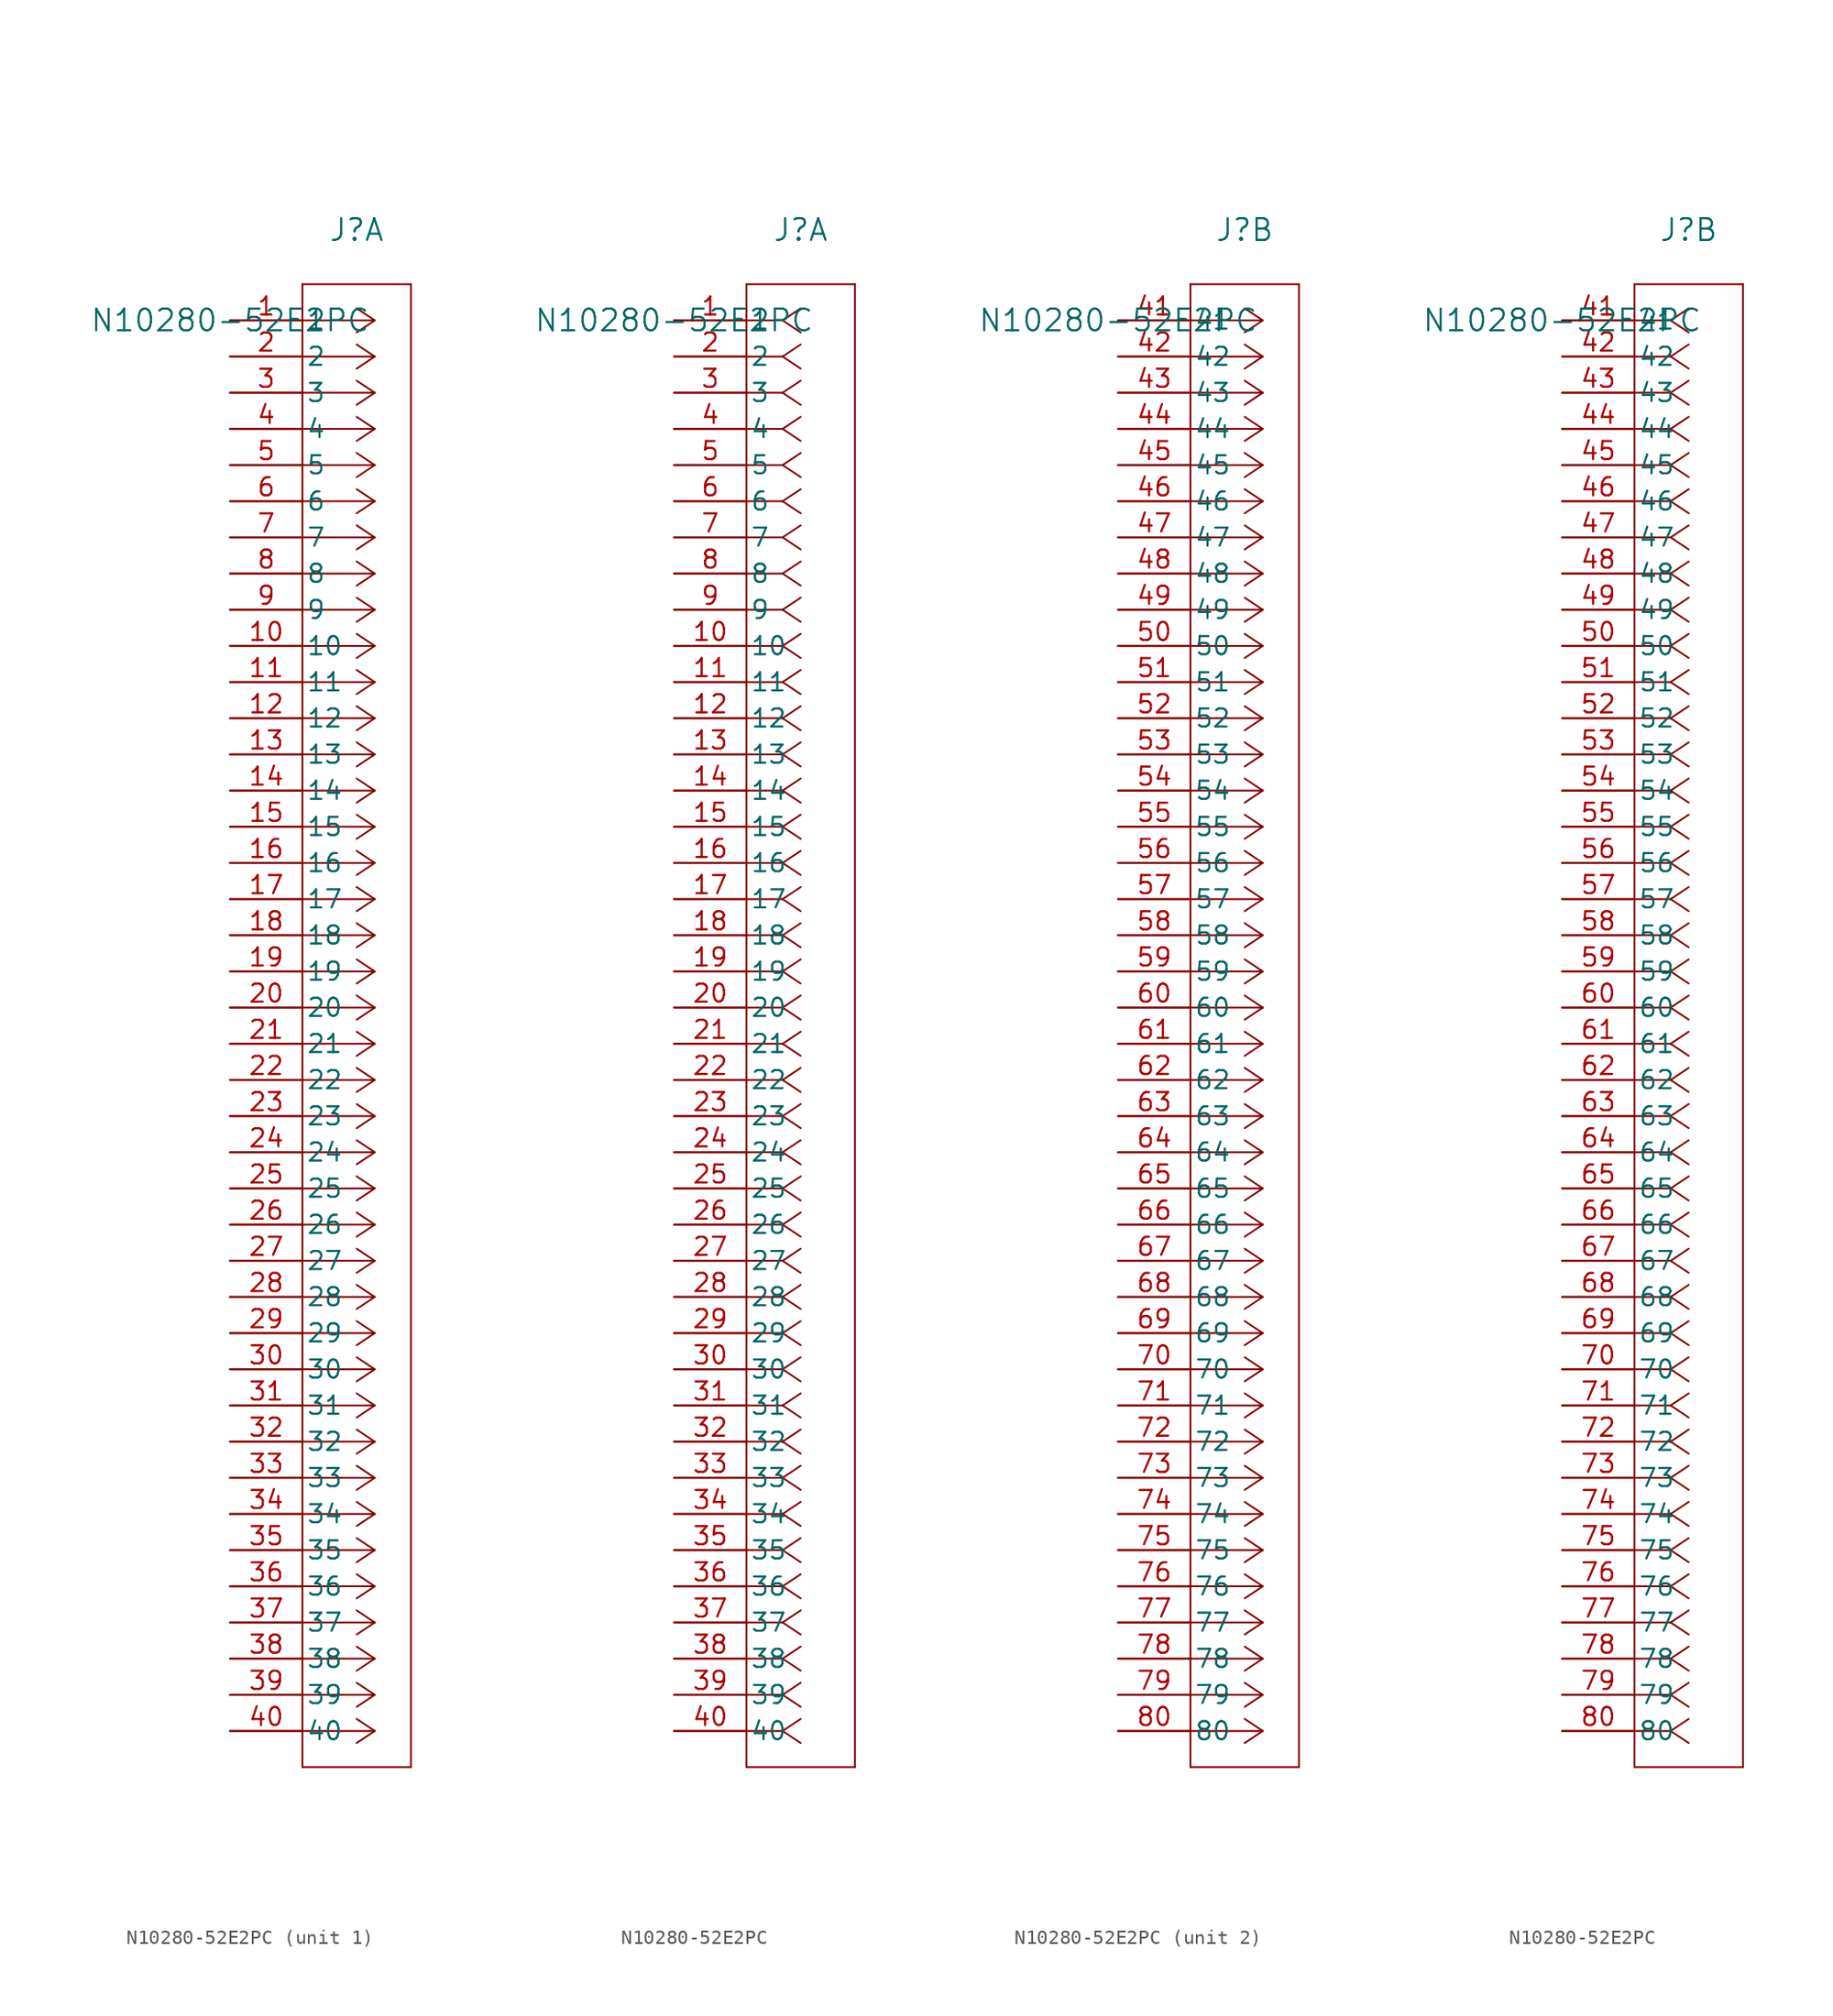
<source format=kicad_sym>
(kicad_symbol_lib
  (version 20211014)
  (generator kicad_symbol_editor)
  (symbol "N10280-52E2PC"
    (pin_names
      (offset 0.254))
    (property "Reference" "J"
      (at 8.89 6.35 0)
      (effects (font (size 1.524 1.524))))
    (property "Value" "N10280-52E2PC"
      (at 0 0 0)
      (effects (font (size 1.524 1.524))))
    (symbol "N10280-52E2PC_1_1"
      (polyline (pts (xy 10.16 0) (xy 5.08 0)) (stroke (width 0.127) (type default) (color 0 0 0 0)) (fill (type none)))
      (polyline (pts (xy 10.16 -2.54) (xy 5.08 -2.54)) (stroke (width 0.127) (type default) (color 0 0 0 0)) (fill (type none)))
      (polyline (pts (xy 10.16 -5.08) (xy 5.08 -5.08)) (stroke (width 0.127) (type default) (color 0 0 0 0)) (fill (type none)))
      (polyline (pts (xy 10.16 -7.62) (xy 5.08 -7.62)) (stroke (width 0.127) (type default) (color 0 0 0 0)) (fill (type none)))
      (polyline (pts (xy 10.16 -10.16) (xy 5.08 -10.16)) (stroke (width 0.127) (type default) (color 0 0 0 0)) (fill (type none)))
      (polyline (pts (xy 10.16 -12.7) (xy 5.08 -12.7)) (stroke (width 0.127) (type default) (color 0 0 0 0)) (fill (type none)))
      (polyline (pts (xy 10.16 -15.24) (xy 5.08 -15.24)) (stroke (width 0.127) (type default) (color 0 0 0 0)) (fill (type none)))
      (polyline (pts (xy 10.16 -17.78) (xy 5.08 -17.78)) (stroke (width 0.127) (type default) (color 0 0 0 0)) (fill (type none)))
      (polyline (pts (xy 10.16 -20.32) (xy 5.08 -20.32)) (stroke (width 0.127) (type default) (color 0 0 0 0)) (fill (type none)))
      (polyline (pts (xy 10.16 -22.86) (xy 5.08 -22.86)) (stroke (width 0.127) (type default) (color 0 0 0 0)) (fill (type none)))
      (polyline (pts (xy 10.16 -25.4) (xy 5.08 -25.4)) (stroke (width 0.127) (type default) (color 0 0 0 0)) (fill (type none)))
      (polyline (pts (xy 10.16 -27.94) (xy 5.08 -27.94)) (stroke (width 0.127) (type default) (color 0 0 0 0)) (fill (type none)))
      (polyline (pts (xy 10.16 -30.48) (xy 5.08 -30.48)) (stroke (width 0.127) (type default) (color 0 0 0 0)) (fill (type none)))
      (polyline (pts (xy 10.16 -33.02) (xy 5.08 -33.02)) (stroke (width 0.127) (type default) (color 0 0 0 0)) (fill (type none)))
      (polyline (pts (xy 10.16 -35.56) (xy 5.08 -35.56)) (stroke (width 0.127) (type default) (color 0 0 0 0)) (fill (type none)))
      (polyline (pts (xy 10.16 -38.1) (xy 5.08 -38.1)) (stroke (width 0.127) (type default) (color 0 0 0 0)) (fill (type none)))
      (polyline (pts (xy 10.16 -40.64) (xy 5.08 -40.64)) (stroke (width 0.127) (type default) (color 0 0 0 0)) (fill (type none)))
      (polyline (pts (xy 10.16 -43.18) (xy 5.08 -43.18)) (stroke (width 0.127) (type default) (color 0 0 0 0)) (fill (type none)))
      (polyline (pts (xy 10.16 -45.72) (xy 5.08 -45.72)) (stroke (width 0.127) (type default) (color 0 0 0 0)) (fill (type none)))
      (polyline (pts (xy 10.16 -48.26) (xy 5.08 -48.26)) (stroke (width 0.127) (type default) (color 0 0 0 0)) (fill (type none)))
      (polyline (pts (xy 10.16 -50.8) (xy 5.08 -50.8)) (stroke (width 0.127) (type default) (color 0 0 0 0)) (fill (type none)))
      (polyline (pts (xy 10.16 -53.34) (xy 5.08 -53.34)) (stroke (width 0.127) (type default) (color 0 0 0 0)) (fill (type none)))
      (polyline (pts (xy 10.16 -55.88) (xy 5.08 -55.88)) (stroke (width 0.127) (type default) (color 0 0 0 0)) (fill (type none)))
      (polyline (pts (xy 10.16 -58.42) (xy 5.08 -58.42)) (stroke (width 0.127) (type default) (color 0 0 0 0)) (fill (type none)))
      (polyline (pts (xy 10.16 -60.96) (xy 5.08 -60.96)) (stroke (width 0.127) (type default) (color 0 0 0 0)) (fill (type none)))
      (polyline (pts (xy 10.16 -63.5) (xy 5.08 -63.5)) (stroke (width 0.127) (type default) (color 0 0 0 0)) (fill (type none)))
      (polyline (pts (xy 10.16 -66.04) (xy 5.08 -66.04)) (stroke (width 0.127) (type default) (color 0 0 0 0)) (fill (type none)))
      (polyline (pts (xy 10.16 -68.58) (xy 5.08 -68.58)) (stroke (width 0.127) (type default) (color 0 0 0 0)) (fill (type none)))
      (polyline (pts (xy 10.16 -71.12) (xy 5.08 -71.12)) (stroke (width 0.127) (type default) (color 0 0 0 0)) (fill (type none)))
      (polyline (pts (xy 10.16 -73.66) (xy 5.08 -73.66)) (stroke (width 0.127) (type default) (color 0 0 0 0)) (fill (type none)))
      (polyline (pts (xy 10.16 -76.2) (xy 5.08 -76.2)) (stroke (width 0.127) (type default) (color 0 0 0 0)) (fill (type none)))
      (polyline (pts (xy 10.16 -78.74) (xy 5.08 -78.74)) (stroke (width 0.127) (type default) (color 0 0 0 0)) (fill (type none)))
      (polyline (pts (xy 10.16 -81.28) (xy 5.08 -81.28)) (stroke (width 0.127) (type default) (color 0 0 0 0)) (fill (type none)))
      (polyline (pts (xy 10.16 -83.82) (xy 5.08 -83.82)) (stroke (width 0.127) (type default) (color 0 0 0 0)) (fill (type none)))
      (polyline (pts (xy 10.16 -86.36) (xy 5.08 -86.36)) (stroke (width 0.127) (type default) (color 0 0 0 0)) (fill (type none)))
      (polyline (pts (xy 10.16 -88.9) (xy 5.08 -88.9)) (stroke (width 0.127) (type default) (color 0 0 0 0)) (fill (type none)))
      (polyline (pts (xy 10.16 -91.44) (xy 5.08 -91.44)) (stroke (width 0.127) (type default) (color 0 0 0 0)) (fill (type none)))
      (polyline (pts (xy 10.16 -93.98) (xy 5.08 -93.98)) (stroke (width 0.127) (type default) (color 0 0 0 0)) (fill (type none)))
      (polyline (pts (xy 10.16 -96.52) (xy 5.08 -96.52)) (stroke (width 0.127) (type default) (color 0 0 0 0)) (fill (type none)))
      (polyline (pts (xy 10.16 -99.06) (xy 5.08 -99.06)) (stroke (width 0.127) (type default) (color 0 0 0 0)) (fill (type none)))
      (polyline (pts (xy 10.16 0) (xy 8.89 0.847)) (stroke (width 0.127) (type default) (color 0 0 0 0)) (fill (type none)))
      (polyline (pts (xy 10.16 -2.54) (xy 8.89 -1.693)) (stroke (width 0.127) (type default) (color 0 0 0 0)) (fill (type none)))
      (polyline (pts (xy 10.16 -5.08) (xy 8.89 -4.233)) (stroke (width 0.127) (type default) (color 0 0 0 0)) (fill (type none)))
      (polyline (pts (xy 10.16 -7.62) (xy 8.89 -6.773)) (stroke (width 0.127) (type default) (color 0 0 0 0)) (fill (type none)))
      (polyline (pts (xy 10.16 -10.16) (xy 8.89 -9.313)) (stroke (width 0.127) (type default) (color 0 0 0 0)) (fill (type none)))
      (polyline (pts (xy 10.16 -12.7) (xy 8.89 -11.853)) (stroke (width 0.127) (type default) (color 0 0 0 0)) (fill (type none)))
      (polyline (pts (xy 10.16 -15.24) (xy 8.89 -14.393)) (stroke (width 0.127) (type default) (color 0 0 0 0)) (fill (type none)))
      (polyline (pts (xy 10.16 -17.78) (xy 8.89 -16.933)) (stroke (width 0.127) (type default) (color 0 0 0 0)) (fill (type none)))
      (polyline (pts (xy 10.16 -20.32) (xy 8.89 -19.473)) (stroke (width 0.127) (type default) (color 0 0 0 0)) (fill (type none)))
      (polyline (pts (xy 10.16 -22.86) (xy 8.89 -22.013)) (stroke (width 0.127) (type default) (color 0 0 0 0)) (fill (type none)))
      (polyline (pts (xy 10.16 -25.4) (xy 8.89 -24.553)) (stroke (width 0.127) (type default) (color 0 0 0 0)) (fill (type none)))
      (polyline (pts (xy 10.16 -27.94) (xy 8.89 -27.093)) (stroke (width 0.127) (type default) (color 0 0 0 0)) (fill (type none)))
      (polyline (pts (xy 10.16 -30.48) (xy 8.89 -29.633)) (stroke (width 0.127) (type default) (color 0 0 0 0)) (fill (type none)))
      (polyline (pts (xy 10.16 -33.02) (xy 8.89 -32.173)) (stroke (width 0.127) (type default) (color 0 0 0 0)) (fill (type none)))
      (polyline (pts (xy 10.16 -35.56) (xy 8.89 -34.713)) (stroke (width 0.127) (type default) (color 0 0 0 0)) (fill (type none)))
      (polyline (pts (xy 10.16 -38.1) (xy 8.89 -37.253)) (stroke (width 0.127) (type default) (color 0 0 0 0)) (fill (type none)))
      (polyline (pts (xy 10.16 -40.64) (xy 8.89 -39.793)) (stroke (width 0.127) (type default) (color 0 0 0 0)) (fill (type none)))
      (polyline (pts (xy 10.16 -43.18) (xy 8.89 -42.333)) (stroke (width 0.127) (type default) (color 0 0 0 0)) (fill (type none)))
      (polyline (pts (xy 10.16 -45.72) (xy 8.89 -44.873)) (stroke (width 0.127) (type default) (color 0 0 0 0)) (fill (type none)))
      (polyline (pts (xy 10.16 -48.26) (xy 8.89 -47.413)) (stroke (width 0.127) (type default) (color 0 0 0 0)) (fill (type none)))
      (polyline (pts (xy 10.16 -50.8) (xy 8.89 -49.953)) (stroke (width 0.127) (type default) (color 0 0 0 0)) (fill (type none)))
      (polyline (pts (xy 10.16 -53.34) (xy 8.89 -52.493)) (stroke (width 0.127) (type default) (color 0 0 0 0)) (fill (type none)))
      (polyline (pts (xy 10.16 -55.88) (xy 8.89 -55.033)) (stroke (width 0.127) (type default) (color 0 0 0 0)) (fill (type none)))
      (polyline (pts (xy 10.16 -58.42) (xy 8.89 -57.573)) (stroke (width 0.127) (type default) (color 0 0 0 0)) (fill (type none)))
      (polyline (pts (xy 10.16 -60.96) (xy 8.89 -60.113)) (stroke (width 0.127) (type default) (color 0 0 0 0)) (fill (type none)))
      (polyline (pts (xy 10.16 -63.5) (xy 8.89 -62.653)) (stroke (width 0.127) (type default) (color 0 0 0 0)) (fill (type none)))
      (polyline (pts (xy 10.16 -66.04) (xy 8.89 -65.193)) (stroke (width 0.127) (type default) (color 0 0 0 0)) (fill (type none)))
      (polyline (pts (xy 10.16 -68.58) (xy 8.89 -67.733)) (stroke (width 0.127) (type default) (color 0 0 0 0)) (fill (type none)))
      (polyline (pts (xy 10.16 -71.12) (xy 8.89 -70.273)) (stroke (width 0.127) (type default) (color 0 0 0 0)) (fill (type none)))
      (polyline (pts (xy 10.16 -73.66) (xy 8.89 -72.813)) (stroke (width 0.127) (type default) (color 0 0 0 0)) (fill (type none)))
      (polyline (pts (xy 10.16 -76.2) (xy 8.89 -75.353)) (stroke (width 0.127) (type default) (color 0 0 0 0)) (fill (type none)))
      (polyline (pts (xy 10.16 -78.74) (xy 8.89 -77.893)) (stroke (width 0.127) (type default) (color 0 0 0 0)) (fill (type none)))
      (polyline (pts (xy 10.16 -81.28) (xy 8.89 -80.433)) (stroke (width 0.127) (type default) (color 0 0 0 0)) (fill (type none)))
      (polyline (pts (xy 10.16 -83.82) (xy 8.89 -82.973)) (stroke (width 0.127) (type default) (color 0 0 0 0)) (fill (type none)))
      (polyline (pts (xy 10.16 -86.36) (xy 8.89 -85.513)) (stroke (width 0.127) (type default) (color 0 0 0 0)) (fill (type none)))
      (polyline (pts (xy 10.16 -88.9) (xy 8.89 -88.053)) (stroke (width 0.127) (type default) (color 0 0 0 0)) (fill (type none)))
      (polyline (pts (xy 10.16 -91.44) (xy 8.89 -90.593)) (stroke (width 0.127) (type default) (color 0 0 0 0)) (fill (type none)))
      (polyline (pts (xy 10.16 -93.98) (xy 8.89 -93.133)) (stroke (width 0.127) (type default) (color 0 0 0 0)) (fill (type none)))
      (polyline (pts (xy 10.16 -96.52) (xy 8.89 -95.673)) (stroke (width 0.127) (type default) (color 0 0 0 0)) (fill (type none)))
      (polyline (pts (xy 10.16 -99.06) (xy 8.89 -98.213)) (stroke (width 0.127) (type default) (color 0 0 0 0)) (fill (type none)))
      (polyline (pts (xy 10.16 0) (xy 8.89 -0.847)) (stroke (width 0.127) (type default) (color 0 0 0 0)) (fill (type none)))
      (polyline (pts (xy 10.16 -2.54) (xy 8.89 -3.387)) (stroke (width 0.127) (type default) (color 0 0 0 0)) (fill (type none)))
      (polyline (pts (xy 10.16 -5.08) (xy 8.89 -5.927)) (stroke (width 0.127) (type default) (color 0 0 0 0)) (fill (type none)))
      (polyline (pts (xy 10.16 -7.62) (xy 8.89 -8.467)) (stroke (width 0.127) (type default) (color 0 0 0 0)) (fill (type none)))
      (polyline (pts (xy 10.16 -10.16) (xy 8.89 -11.007)) (stroke (width 0.127) (type default) (color 0 0 0 0)) (fill (type none)))
      (polyline (pts (xy 10.16 -12.7) (xy 8.89 -13.547)) (stroke (width 0.127) (type default) (color 0 0 0 0)) (fill (type none)))
      (polyline (pts (xy 10.16 -15.24) (xy 8.89 -16.087)) (stroke (width 0.127) (type default) (color 0 0 0 0)) (fill (type none)))
      (polyline (pts (xy 10.16 -17.78) (xy 8.89 -18.627)) (stroke (width 0.127) (type default) (color 0 0 0 0)) (fill (type none)))
      (polyline (pts (xy 10.16 -20.32) (xy 8.89 -21.167)) (stroke (width 0.127) (type default) (color 0 0 0 0)) (fill (type none)))
      (polyline (pts (xy 10.16 -22.86) (xy 8.89 -23.707)) (stroke (width 0.127) (type default) (color 0 0 0 0)) (fill (type none)))
      (polyline (pts (xy 10.16 -25.4) (xy 8.89 -26.247)) (stroke (width 0.127) (type default) (color 0 0 0 0)) (fill (type none)))
      (polyline (pts (xy 10.16 -27.94) (xy 8.89 -28.787)) (stroke (width 0.127) (type default) (color 0 0 0 0)) (fill (type none)))
      (polyline (pts (xy 10.16 -30.48) (xy 8.89 -31.327)) (stroke (width 0.127) (type default) (color 0 0 0 0)) (fill (type none)))
      (polyline (pts (xy 10.16 -33.02) (xy 8.89 -33.867)) (stroke (width 0.127) (type default) (color 0 0 0 0)) (fill (type none)))
      (polyline (pts (xy 10.16 -35.56) (xy 8.89 -36.407)) (stroke (width 0.127) (type default) (color 0 0 0 0)) (fill (type none)))
      (polyline (pts (xy 10.16 -38.1) (xy 8.89 -38.947)) (stroke (width 0.127) (type default) (color 0 0 0 0)) (fill (type none)))
      (polyline (pts (xy 10.16 -40.64) (xy 8.89 -41.487)) (stroke (width 0.127) (type default) (color 0 0 0 0)) (fill (type none)))
      (polyline (pts (xy 10.16 -43.18) (xy 8.89 -44.027)) (stroke (width 0.127) (type default) (color 0 0 0 0)) (fill (type none)))
      (polyline (pts (xy 10.16 -45.72) (xy 8.89 -46.567)) (stroke (width 0.127) (type default) (color 0 0 0 0)) (fill (type none)))
      (polyline (pts (xy 10.16 -48.26) (xy 8.89 -49.107)) (stroke (width 0.127) (type default) (color 0 0 0 0)) (fill (type none)))
      (polyline (pts (xy 10.16 -50.8) (xy 8.89 -51.647)) (stroke (width 0.127) (type default) (color 0 0 0 0)) (fill (type none)))
      (polyline (pts (xy 10.16 -53.34) (xy 8.89 -54.187)) (stroke (width 0.127) (type default) (color 0 0 0 0)) (fill (type none)))
      (polyline (pts (xy 10.16 -55.88) (xy 8.89 -56.727)) (stroke (width 0.127) (type default) (color 0 0 0 0)) (fill (type none)))
      (polyline (pts (xy 10.16 -58.42) (xy 8.89 -59.267)) (stroke (width 0.127) (type default) (color 0 0 0 0)) (fill (type none)))
      (polyline (pts (xy 10.16 -60.96) (xy 8.89 -61.807)) (stroke (width 0.127) (type default) (color 0 0 0 0)) (fill (type none)))
      (polyline (pts (xy 10.16 -63.5) (xy 8.89 -64.347)) (stroke (width 0.127) (type default) (color 0 0 0 0)) (fill (type none)))
      (polyline (pts (xy 10.16 -66.04) (xy 8.89 -66.887)) (stroke (width 0.127) (type default) (color 0 0 0 0)) (fill (type none)))
      (polyline (pts (xy 10.16 -68.58) (xy 8.89 -69.427)) (stroke (width 0.127) (type default) (color 0 0 0 0)) (fill (type none)))
      (polyline (pts (xy 10.16 -71.12) (xy 8.89 -71.967)) (stroke (width 0.127) (type default) (color 0 0 0 0)) (fill (type none)))
      (polyline (pts (xy 10.16 -73.66) (xy 8.89 -74.507)) (stroke (width 0.127) (type default) (color 0 0 0 0)) (fill (type none)))
      (polyline (pts (xy 10.16 -76.2) (xy 8.89 -77.047)) (stroke (width 0.127) (type default) (color 0 0 0 0)) (fill (type none)))
      (polyline (pts (xy 10.16 -78.74) (xy 8.89 -79.587)) (stroke (width 0.127) (type default) (color 0 0 0 0)) (fill (type none)))
      (polyline (pts (xy 10.16 -81.28) (xy 8.89 -82.127)) (stroke (width 0.127) (type default) (color 0 0 0 0)) (fill (type none)))
      (polyline (pts (xy 10.16 -83.82) (xy 8.89 -84.667)) (stroke (width 0.127) (type default) (color 0 0 0 0)) (fill (type none)))
      (polyline (pts (xy 10.16 -86.36) (xy 8.89 -87.207)) (stroke (width 0.127) (type default) (color 0 0 0 0)) (fill (type none)))
      (polyline (pts (xy 10.16 -88.9) (xy 8.89 -89.747)) (stroke (width 0.127) (type default) (color 0 0 0 0)) (fill (type none)))
      (polyline (pts (xy 10.16 -91.44) (xy 8.89 -92.287)) (stroke (width 0.127) (type default) (color 0 0 0 0)) (fill (type none)))
      (polyline (pts (xy 10.16 -93.98) (xy 8.89 -94.827)) (stroke (width 0.127) (type default) (color 0 0 0 0)) (fill (type none)))
      (polyline (pts (xy 10.16 -96.52) (xy 8.89 -97.367)) (stroke (width 0.127) (type default) (color 0 0 0 0)) (fill (type none)))
      (polyline (pts (xy 10.16 -99.06) (xy 8.89 -99.907)) (stroke (width 0.127) (type default) (color 0 0 0 0)) (fill (type none)))
      (polyline (pts (xy 5.08 2.54) (xy 5.08 -101.6)) (stroke (width 0.127) (type default) (color 0 0 0 0)) (fill (type none)))
      (polyline (pts (xy 5.08 -101.6) (xy 12.7 -101.6)) (stroke (width 0.127) (type default) (color 0 0 0 0)) (fill (type none)))
      (polyline (pts (xy 12.7 -101.6) (xy 12.7 2.54)) (stroke (width 0.127) (type default) (color 0 0 0 0)) (fill (type none)))
      (polyline (pts (xy 12.7 2.54) (xy 5.08 2.54)) (stroke (width 0.127) (type default) (color 0 0 0 0)) (fill (type none)))
      (pin unspecified line (at 0 0 0) (length 5.08) (name "1" (effects (font (size 1.27 1.27)))) (number "1" (effects (font (size 1.27 1.27)))))
      (pin unspecified line (at 0 -2.54 0) (length 5.08) (name "2" (effects (font (size 1.27 1.27)))) (number "2" (effects (font (size 1.27 1.27)))))
      (pin unspecified line (at 0 -5.08 0) (length 5.08) (name "3" (effects (font (size 1.27 1.27)))) (number "3" (effects (font (size 1.27 1.27)))))
      (pin unspecified line (at 0 -7.62 0) (length 5.08) (name "4" (effects (font (size 1.27 1.27)))) (number "4" (effects (font (size 1.27 1.27)))))
      (pin unspecified line (at 0 -10.16 0) (length 5.08) (name "5" (effects (font (size 1.27 1.27)))) (number "5" (effects (font (size 1.27 1.27)))))
      (pin unspecified line (at 0 -12.7 0) (length 5.08) (name "6" (effects (font (size 1.27 1.27)))) (number "6" (effects (font (size 1.27 1.27)))))
      (pin unspecified line (at 0 -15.24 0) (length 5.08) (name "7" (effects (font (size 1.27 1.27)))) (number "7" (effects (font (size 1.27 1.27)))))
      (pin unspecified line (at 0 -17.78 0) (length 5.08) (name "8" (effects (font (size 1.27 1.27)))) (number "8" (effects (font (size 1.27 1.27)))))
      (pin unspecified line (at 0 -20.32 0) (length 5.08) (name "9" (effects (font (size 1.27 1.27)))) (number "9" (effects (font (size 1.27 1.27)))))
      (pin unspecified line (at 0 -22.86 0) (length 5.08) (name "10" (effects (font (size 1.27 1.27)))) (number "10" (effects (font (size 1.27 1.27)))))
      (pin unspecified line (at 0 -25.4 0) (length 5.08) (name "11" (effects (font (size 1.27 1.27)))) (number "11" (effects (font (size 1.27 1.27)))))
      (pin unspecified line (at 0 -27.94 0) (length 5.08) (name "12" (effects (font (size 1.27 1.27)))) (number "12" (effects (font (size 1.27 1.27)))))
      (pin unspecified line (at 0 -30.48 0) (length 5.08) (name "13" (effects (font (size 1.27 1.27)))) (number "13" (effects (font (size 1.27 1.27)))))
      (pin unspecified line (at 0 -33.02 0) (length 5.08) (name "14" (effects (font (size 1.27 1.27)))) (number "14" (effects (font (size 1.27 1.27)))))
      (pin unspecified line (at 0 -35.56 0) (length 5.08) (name "15" (effects (font (size 1.27 1.27)))) (number "15" (effects (font (size 1.27 1.27)))))
      (pin unspecified line (at 0 -38.1 0) (length 5.08) (name "16" (effects (font (size 1.27 1.27)))) (number "16" (effects (font (size 1.27 1.27)))))
      (pin unspecified line (at 0 -40.64 0) (length 5.08) (name "17" (effects (font (size 1.27 1.27)))) (number "17" (effects (font (size 1.27 1.27)))))
      (pin unspecified line (at 0 -43.18 0) (length 5.08) (name "18" (effects (font (size 1.27 1.27)))) (number "18" (effects (font (size 1.27 1.27)))))
      (pin unspecified line (at 0 -45.72 0) (length 5.08) (name "19" (effects (font (size 1.27 1.27)))) (number "19" (effects (font (size 1.27 1.27)))))
      (pin unspecified line (at 0 -48.26 0) (length 5.08) (name "20" (effects (font (size 1.27 1.27)))) (number "20" (effects (font (size 1.27 1.27)))))
      (pin unspecified line (at 0 -50.8 0) (length 5.08) (name "21" (effects (font (size 1.27 1.27)))) (number "21" (effects (font (size 1.27 1.27)))))
      (pin unspecified line (at 0 -53.34 0) (length 5.08) (name "22" (effects (font (size 1.27 1.27)))) (number "22" (effects (font (size 1.27 1.27)))))
      (pin unspecified line (at 0 -55.88 0) (length 5.08) (name "23" (effects (font (size 1.27 1.27)))) (number "23" (effects (font (size 1.27 1.27)))))
      (pin unspecified line (at 0 -58.42 0) (length 5.08) (name "24" (effects (font (size 1.27 1.27)))) (number "24" (effects (font (size 1.27 1.27)))))
      (pin unspecified line (at 0 -60.96 0) (length 5.08) (name "25" (effects (font (size 1.27 1.27)))) (number "25" (effects (font (size 1.27 1.27)))))
      (pin unspecified line (at 0 -63.5 0) (length 5.08) (name "26" (effects (font (size 1.27 1.27)))) (number "26" (effects (font (size 1.27 1.27)))))
      (pin unspecified line (at 0 -66.04 0) (length 5.08) (name "27" (effects (font (size 1.27 1.27)))) (number "27" (effects (font (size 1.27 1.27)))))
      (pin unspecified line (at 0 -68.58 0) (length 5.08) (name "28" (effects (font (size 1.27 1.27)))) (number "28" (effects (font (size 1.27 1.27)))))
      (pin unspecified line (at 0 -71.12 0) (length 5.08) (name "29" (effects (font (size 1.27 1.27)))) (number "29" (effects (font (size 1.27 1.27)))))
      (pin unspecified line (at 0 -73.66 0) (length 5.08) (name "30" (effects (font (size 1.27 1.27)))) (number "30" (effects (font (size 1.27 1.27)))))
      (pin unspecified line (at 0 -76.2 0) (length 5.08) (name "31" (effects (font (size 1.27 1.27)))) (number "31" (effects (font (size 1.27 1.27)))))
      (pin unspecified line (at 0 -78.74 0) (length 5.08) (name "32" (effects (font (size 1.27 1.27)))) (number "32" (effects (font (size 1.27 1.27)))))
      (pin unspecified line (at 0 -81.28 0) (length 5.08) (name "33" (effects (font (size 1.27 1.27)))) (number "33" (effects (font (size 1.27 1.27)))))
      (pin unspecified line (at 0 -83.82 0) (length 5.08) (name "34" (effects (font (size 1.27 1.27)))) (number "34" (effects (font (size 1.27 1.27)))))
      (pin unspecified line (at 0 -86.36 0) (length 5.08) (name "35" (effects (font (size 1.27 1.27)))) (number "35" (effects (font (size 1.27 1.27)))))
      (pin unspecified line (at 0 -88.9 0) (length 5.08) (name "36" (effects (font (size 1.27 1.27)))) (number "36" (effects (font (size 1.27 1.27)))))
      (pin unspecified line (at 0 -91.44 0) (length 5.08) (name "37" (effects (font (size 1.27 1.27)))) (number "37" (effects (font (size 1.27 1.27)))))
      (pin unspecified line (at 0 -93.98 0) (length 5.08) (name "38" (effects (font (size 1.27 1.27)))) (number "38" (effects (font (size 1.27 1.27)))))
      (pin unspecified line (at 0 -96.52 0) (length 5.08) (name "39" (effects (font (size 1.27 1.27)))) (number "39" (effects (font (size 1.27 1.27)))))
      (pin unspecified line (at 0 -99.06 0) (length 5.08) (name "40" (effects (font (size 1.27 1.27)))) (number "40" (effects (font (size 1.27 1.27))))))
    (symbol "N10280-52E2PC_1_2"
      (polyline (pts (xy 7.62 0) (xy 5.08 0)) (stroke (width 0.127) (type default) (color 0 0 0 0)) (fill (type none)))
      (polyline (pts (xy 7.62 -2.54) (xy 5.08 -2.54)) (stroke (width 0.127) (type default) (color 0 0 0 0)) (fill (type none)))
      (polyline (pts (xy 7.62 -5.08) (xy 5.08 -5.08)) (stroke (width 0.127) (type default) (color 0 0 0 0)) (fill (type none)))
      (polyline (pts (xy 7.62 -7.62) (xy 5.08 -7.62)) (stroke (width 0.127) (type default) (color 0 0 0 0)) (fill (type none)))
      (polyline (pts (xy 7.62 -10.16) (xy 5.08 -10.16)) (stroke (width 0.127) (type default) (color 0 0 0 0)) (fill (type none)))
      (polyline (pts (xy 7.62 -12.7) (xy 5.08 -12.7)) (stroke (width 0.127) (type default) (color 0 0 0 0)) (fill (type none)))
      (polyline (pts (xy 7.62 -15.24) (xy 5.08 -15.24)) (stroke (width 0.127) (type default) (color 0 0 0 0)) (fill (type none)))
      (polyline (pts (xy 7.62 -17.78) (xy 5.08 -17.78)) (stroke (width 0.127) (type default) (color 0 0 0 0)) (fill (type none)))
      (polyline (pts (xy 7.62 -20.32) (xy 5.08 -20.32)) (stroke (width 0.127) (type default) (color 0 0 0 0)) (fill (type none)))
      (polyline (pts (xy 7.62 -22.86) (xy 5.08 -22.86)) (stroke (width 0.127) (type default) (color 0 0 0 0)) (fill (type none)))
      (polyline (pts (xy 7.62 -25.4) (xy 5.08 -25.4)) (stroke (width 0.127) (type default) (color 0 0 0 0)) (fill (type none)))
      (polyline (pts (xy 7.62 -27.94) (xy 5.08 -27.94)) (stroke (width 0.127) (type default) (color 0 0 0 0)) (fill (type none)))
      (polyline (pts (xy 7.62 -30.48) (xy 5.08 -30.48)) (stroke (width 0.127) (type default) (color 0 0 0 0)) (fill (type none)))
      (polyline (pts (xy 7.62 -33.02) (xy 5.08 -33.02)) (stroke (width 0.127) (type default) (color 0 0 0 0)) (fill (type none)))
      (polyline (pts (xy 7.62 -35.56) (xy 5.08 -35.56)) (stroke (width 0.127) (type default) (color 0 0 0 0)) (fill (type none)))
      (polyline (pts (xy 7.62 -38.1) (xy 5.08 -38.1)) (stroke (width 0.127) (type default) (color 0 0 0 0)) (fill (type none)))
      (polyline (pts (xy 7.62 -40.64) (xy 5.08 -40.64)) (stroke (width 0.127) (type default) (color 0 0 0 0)) (fill (type none)))
      (polyline (pts (xy 7.62 -43.18) (xy 5.08 -43.18)) (stroke (width 0.127) (type default) (color 0 0 0 0)) (fill (type none)))
      (polyline (pts (xy 7.62 -45.72) (xy 5.08 -45.72)) (stroke (width 0.127) (type default) (color 0 0 0 0)) (fill (type none)))
      (polyline (pts (xy 7.62 -48.26) (xy 5.08 -48.26)) (stroke (width 0.127) (type default) (color 0 0 0 0)) (fill (type none)))
      (polyline (pts (xy 7.62 -50.8) (xy 5.08 -50.8)) (stroke (width 0.127) (type default) (color 0 0 0 0)) (fill (type none)))
      (polyline (pts (xy 7.62 -53.34) (xy 5.08 -53.34)) (stroke (width 0.127) (type default) (color 0 0 0 0)) (fill (type none)))
      (polyline (pts (xy 7.62 -55.88) (xy 5.08 -55.88)) (stroke (width 0.127) (type default) (color 0 0 0 0)) (fill (type none)))
      (polyline (pts (xy 7.62 -58.42) (xy 5.08 -58.42)) (stroke (width 0.127) (type default) (color 0 0 0 0)) (fill (type none)))
      (polyline (pts (xy 7.62 -60.96) (xy 5.08 -60.96)) (stroke (width 0.127) (type default) (color 0 0 0 0)) (fill (type none)))
      (polyline (pts (xy 7.62 -63.5) (xy 5.08 -63.5)) (stroke (width 0.127) (type default) (color 0 0 0 0)) (fill (type none)))
      (polyline (pts (xy 7.62 -66.04) (xy 5.08 -66.04)) (stroke (width 0.127) (type default) (color 0 0 0 0)) (fill (type none)))
      (polyline (pts (xy 7.62 -68.58) (xy 5.08 -68.58)) (stroke (width 0.127) (type default) (color 0 0 0 0)) (fill (type none)))
      (polyline (pts (xy 7.62 -71.12) (xy 5.08 -71.12)) (stroke (width 0.127) (type default) (color 0 0 0 0)) (fill (type none)))
      (polyline (pts (xy 7.62 -73.66) (xy 5.08 -73.66)) (stroke (width 0.127) (type default) (color 0 0 0 0)) (fill (type none)))
      (polyline (pts (xy 7.62 -76.2) (xy 5.08 -76.2)) (stroke (width 0.127) (type default) (color 0 0 0 0)) (fill (type none)))
      (polyline (pts (xy 7.62 -78.74) (xy 5.08 -78.74)) (stroke (width 0.127) (type default) (color 0 0 0 0)) (fill (type none)))
      (polyline (pts (xy 7.62 -81.28) (xy 5.08 -81.28)) (stroke (width 0.127) (type default) (color 0 0 0 0)) (fill (type none)))
      (polyline (pts (xy 7.62 -83.82) (xy 5.08 -83.82)) (stroke (width 0.127) (type default) (color 0 0 0 0)) (fill (type none)))
      (polyline (pts (xy 7.62 -86.36) (xy 5.08 -86.36)) (stroke (width 0.127) (type default) (color 0 0 0 0)) (fill (type none)))
      (polyline (pts (xy 7.62 -88.9) (xy 5.08 -88.9)) (stroke (width 0.127) (type default) (color 0 0 0 0)) (fill (type none)))
      (polyline (pts (xy 7.62 -91.44) (xy 5.08 -91.44)) (stroke (width 0.127) (type default) (color 0 0 0 0)) (fill (type none)))
      (polyline (pts (xy 7.62 -93.98) (xy 5.08 -93.98)) (stroke (width 0.127) (type default) (color 0 0 0 0)) (fill (type none)))
      (polyline (pts (xy 7.62 -96.52) (xy 5.08 -96.52)) (stroke (width 0.127) (type default) (color 0 0 0 0)) (fill (type none)))
      (polyline (pts (xy 7.62 -99.06) (xy 5.08 -99.06)) (stroke (width 0.127) (type default) (color 0 0 0 0)) (fill (type none)))
      (polyline (pts (xy 7.62 0) (xy 8.89 0.847)) (stroke (width 0.127) (type default) (color 0 0 0 0)) (fill (type none)))
      (polyline (pts (xy 7.62 -2.54) (xy 8.89 -1.693)) (stroke (width 0.127) (type default) (color 0 0 0 0)) (fill (type none)))
      (polyline (pts (xy 7.62 -5.08) (xy 8.89 -4.233)) (stroke (width 0.127) (type default) (color 0 0 0 0)) (fill (type none)))
      (polyline (pts (xy 7.62 -7.62) (xy 8.89 -6.773)) (stroke (width 0.127) (type default) (color 0 0 0 0)) (fill (type none)))
      (polyline (pts (xy 7.62 -10.16) (xy 8.89 -9.313)) (stroke (width 0.127) (type default) (color 0 0 0 0)) (fill (type none)))
      (polyline (pts (xy 7.62 -12.7) (xy 8.89 -11.853)) (stroke (width 0.127) (type default) (color 0 0 0 0)) (fill (type none)))
      (polyline (pts (xy 7.62 -15.24) (xy 8.89 -14.393)) (stroke (width 0.127) (type default) (color 0 0 0 0)) (fill (type none)))
      (polyline (pts (xy 7.62 -17.78) (xy 8.89 -16.933)) (stroke (width 0.127) (type default) (color 0 0 0 0)) (fill (type none)))
      (polyline (pts (xy 7.62 -20.32) (xy 8.89 -19.473)) (stroke (width 0.127) (type default) (color 0 0 0 0)) (fill (type none)))
      (polyline (pts (xy 7.62 -22.86) (xy 8.89 -22.013)) (stroke (width 0.127) (type default) (color 0 0 0 0)) (fill (type none)))
      (polyline (pts (xy 7.62 -25.4) (xy 8.89 -24.553)) (stroke (width 0.127) (type default) (color 0 0 0 0)) (fill (type none)))
      (polyline (pts (xy 7.62 -27.94) (xy 8.89 -27.093)) (stroke (width 0.127) (type default) (color 0 0 0 0)) (fill (type none)))
      (polyline (pts (xy 7.62 -30.48) (xy 8.89 -29.633)) (stroke (width 0.127) (type default) (color 0 0 0 0)) (fill (type none)))
      (polyline (pts (xy 7.62 -33.02) (xy 8.89 -32.173)) (stroke (width 0.127) (type default) (color 0 0 0 0)) (fill (type none)))
      (polyline (pts (xy 7.62 -35.56) (xy 8.89 -34.713)) (stroke (width 0.127) (type default) (color 0 0 0 0)) (fill (type none)))
      (polyline (pts (xy 7.62 -38.1) (xy 8.89 -37.253)) (stroke (width 0.127) (type default) (color 0 0 0 0)) (fill (type none)))
      (polyline (pts (xy 7.62 -40.64) (xy 8.89 -39.793)) (stroke (width 0.127) (type default) (color 0 0 0 0)) (fill (type none)))
      (polyline (pts (xy 7.62 -43.18) (xy 8.89 -42.333)) (stroke (width 0.127) (type default) (color 0 0 0 0)) (fill (type none)))
      (polyline (pts (xy 7.62 -45.72) (xy 8.89 -44.873)) (stroke (width 0.127) (type default) (color 0 0 0 0)) (fill (type none)))
      (polyline (pts (xy 7.62 -48.26) (xy 8.89 -47.413)) (stroke (width 0.127) (type default) (color 0 0 0 0)) (fill (type none)))
      (polyline (pts (xy 7.62 -50.8) (xy 8.89 -49.953)) (stroke (width 0.127) (type default) (color 0 0 0 0)) (fill (type none)))
      (polyline (pts (xy 7.62 -53.34) (xy 8.89 -52.493)) (stroke (width 0.127) (type default) (color 0 0 0 0)) (fill (type none)))
      (polyline (pts (xy 7.62 -55.88) (xy 8.89 -55.033)) (stroke (width 0.127) (type default) (color 0 0 0 0)) (fill (type none)))
      (polyline (pts (xy 7.62 -58.42) (xy 8.89 -57.573)) (stroke (width 0.127) (type default) (color 0 0 0 0)) (fill (type none)))
      (polyline (pts (xy 7.62 -60.96) (xy 8.89 -60.113)) (stroke (width 0.127) (type default) (color 0 0 0 0)) (fill (type none)))
      (polyline (pts (xy 7.62 -63.5) (xy 8.89 -62.653)) (stroke (width 0.127) (type default) (color 0 0 0 0)) (fill (type none)))
      (polyline (pts (xy 7.62 -66.04) (xy 8.89 -65.193)) (stroke (width 0.127) (type default) (color 0 0 0 0)) (fill (type none)))
      (polyline (pts (xy 7.62 -68.58) (xy 8.89 -67.733)) (stroke (width 0.127) (type default) (color 0 0 0 0)) (fill (type none)))
      (polyline (pts (xy 7.62 -71.12) (xy 8.89 -70.273)) (stroke (width 0.127) (type default) (color 0 0 0 0)) (fill (type none)))
      (polyline (pts (xy 7.62 -73.66) (xy 8.89 -72.813)) (stroke (width 0.127) (type default) (color 0 0 0 0)) (fill (type none)))
      (polyline (pts (xy 7.62 -76.2) (xy 8.89 -75.353)) (stroke (width 0.127) (type default) (color 0 0 0 0)) (fill (type none)))
      (polyline (pts (xy 7.62 -78.74) (xy 8.89 -77.893)) (stroke (width 0.127) (type default) (color 0 0 0 0)) (fill (type none)))
      (polyline (pts (xy 7.62 -81.28) (xy 8.89 -80.433)) (stroke (width 0.127) (type default) (color 0 0 0 0)) (fill (type none)))
      (polyline (pts (xy 7.62 -83.82) (xy 8.89 -82.973)) (stroke (width 0.127) (type default) (color 0 0 0 0)) (fill (type none)))
      (polyline (pts (xy 7.62 -86.36) (xy 8.89 -85.513)) (stroke (width 0.127) (type default) (color 0 0 0 0)) (fill (type none)))
      (polyline (pts (xy 7.62 -88.9) (xy 8.89 -88.053)) (stroke (width 0.127) (type default) (color 0 0 0 0)) (fill (type none)))
      (polyline (pts (xy 7.62 -91.44) (xy 8.89 -90.593)) (stroke (width 0.127) (type default) (color 0 0 0 0)) (fill (type none)))
      (polyline (pts (xy 7.62 -93.98) (xy 8.89 -93.133)) (stroke (width 0.127) (type default) (color 0 0 0 0)) (fill (type none)))
      (polyline (pts (xy 7.62 -96.52) (xy 8.89 -95.673)) (stroke (width 0.127) (type default) (color 0 0 0 0)) (fill (type none)))
      (polyline (pts (xy 7.62 -99.06) (xy 8.89 -98.213)) (stroke (width 0.127) (type default) (color 0 0 0 0)) (fill (type none)))
      (polyline (pts (xy 7.62 0) (xy 8.89 -0.847)) (stroke (width 0.127) (type default) (color 0 0 0 0)) (fill (type none)))
      (polyline (pts (xy 7.62 -2.54) (xy 8.89 -3.387)) (stroke (width 0.127) (type default) (color 0 0 0 0)) (fill (type none)))
      (polyline (pts (xy 7.62 -5.08) (xy 8.89 -5.927)) (stroke (width 0.127) (type default) (color 0 0 0 0)) (fill (type none)))
      (polyline (pts (xy 7.62 -7.62) (xy 8.89 -8.467)) (stroke (width 0.127) (type default) (color 0 0 0 0)) (fill (type none)))
      (polyline (pts (xy 7.62 -10.16) (xy 8.89 -11.007)) (stroke (width 0.127) (type default) (color 0 0 0 0)) (fill (type none)))
      (polyline (pts (xy 7.62 -12.7) (xy 8.89 -13.547)) (stroke (width 0.127) (type default) (color 0 0 0 0)) (fill (type none)))
      (polyline (pts (xy 7.62 -15.24) (xy 8.89 -16.087)) (stroke (width 0.127) (type default) (color 0 0 0 0)) (fill (type none)))
      (polyline (pts (xy 7.62 -17.78) (xy 8.89 -18.627)) (stroke (width 0.127) (type default) (color 0 0 0 0)) (fill (type none)))
      (polyline (pts (xy 7.62 -20.32) (xy 8.89 -21.167)) (stroke (width 0.127) (type default) (color 0 0 0 0)) (fill (type none)))
      (polyline (pts (xy 7.62 -22.86) (xy 8.89 -23.707)) (stroke (width 0.127) (type default) (color 0 0 0 0)) (fill (type none)))
      (polyline (pts (xy 7.62 -25.4) (xy 8.89 -26.247)) (stroke (width 0.127) (type default) (color 0 0 0 0)) (fill (type none)))
      (polyline (pts (xy 7.62 -27.94) (xy 8.89 -28.787)) (stroke (width 0.127) (type default) (color 0 0 0 0)) (fill (type none)))
      (polyline (pts (xy 7.62 -30.48) (xy 8.89 -31.327)) (stroke (width 0.127) (type default) (color 0 0 0 0)) (fill (type none)))
      (polyline (pts (xy 7.62 -33.02) (xy 8.89 -33.867)) (stroke (width 0.127) (type default) (color 0 0 0 0)) (fill (type none)))
      (polyline (pts (xy 7.62 -35.56) (xy 8.89 -36.407)) (stroke (width 0.127) (type default) (color 0 0 0 0)) (fill (type none)))
      (polyline (pts (xy 7.62 -38.1) (xy 8.89 -38.947)) (stroke (width 0.127) (type default) (color 0 0 0 0)) (fill (type none)))
      (polyline (pts (xy 7.62 -40.64) (xy 8.89 -41.487)) (stroke (width 0.127) (type default) (color 0 0 0 0)) (fill (type none)))
      (polyline (pts (xy 7.62 -43.18) (xy 8.89 -44.027)) (stroke (width 0.127) (type default) (color 0 0 0 0)) (fill (type none)))
      (polyline (pts (xy 7.62 -45.72) (xy 8.89 -46.567)) (stroke (width 0.127) (type default) (color 0 0 0 0)) (fill (type none)))
      (polyline (pts (xy 7.62 -48.26) (xy 8.89 -49.107)) (stroke (width 0.127) (type default) (color 0 0 0 0)) (fill (type none)))
      (polyline (pts (xy 7.62 -50.8) (xy 8.89 -51.647)) (stroke (width 0.127) (type default) (color 0 0 0 0)) (fill (type none)))
      (polyline (pts (xy 7.62 -53.34) (xy 8.89 -54.187)) (stroke (width 0.127) (type default) (color 0 0 0 0)) (fill (type none)))
      (polyline (pts (xy 7.62 -55.88) (xy 8.89 -56.727)) (stroke (width 0.127) (type default) (color 0 0 0 0)) (fill (type none)))
      (polyline (pts (xy 7.62 -58.42) (xy 8.89 -59.267)) (stroke (width 0.127) (type default) (color 0 0 0 0)) (fill (type none)))
      (polyline (pts (xy 7.62 -60.96) (xy 8.89 -61.807)) (stroke (width 0.127) (type default) (color 0 0 0 0)) (fill (type none)))
      (polyline (pts (xy 7.62 -63.5) (xy 8.89 -64.347)) (stroke (width 0.127) (type default) (color 0 0 0 0)) (fill (type none)))
      (polyline (pts (xy 7.62 -66.04) (xy 8.89 -66.887)) (stroke (width 0.127) (type default) (color 0 0 0 0)) (fill (type none)))
      (polyline (pts (xy 7.62 -68.58) (xy 8.89 -69.427)) (stroke (width 0.127) (type default) (color 0 0 0 0)) (fill (type none)))
      (polyline (pts (xy 7.62 -71.12) (xy 8.89 -71.967)) (stroke (width 0.127) (type default) (color 0 0 0 0)) (fill (type none)))
      (polyline (pts (xy 7.62 -73.66) (xy 8.89 -74.507)) (stroke (width 0.127) (type default) (color 0 0 0 0)) (fill (type none)))
      (polyline (pts (xy 7.62 -76.2) (xy 8.89 -77.047)) (stroke (width 0.127) (type default) (color 0 0 0 0)) (fill (type none)))
      (polyline (pts (xy 7.62 -78.74) (xy 8.89 -79.587)) (stroke (width 0.127) (type default) (color 0 0 0 0)) (fill (type none)))
      (polyline (pts (xy 7.62 -81.28) (xy 8.89 -82.127)) (stroke (width 0.127) (type default) (color 0 0 0 0)) (fill (type none)))
      (polyline (pts (xy 7.62 -83.82) (xy 8.89 -84.667)) (stroke (width 0.127) (type default) (color 0 0 0 0)) (fill (type none)))
      (polyline (pts (xy 7.62 -86.36) (xy 8.89 -87.207)) (stroke (width 0.127) (type default) (color 0 0 0 0)) (fill (type none)))
      (polyline (pts (xy 7.62 -88.9) (xy 8.89 -89.747)) (stroke (width 0.127) (type default) (color 0 0 0 0)) (fill (type none)))
      (polyline (pts (xy 7.62 -91.44) (xy 8.89 -92.287)) (stroke (width 0.127) (type default) (color 0 0 0 0)) (fill (type none)))
      (polyline (pts (xy 7.62 -93.98) (xy 8.89 -94.827)) (stroke (width 0.127) (type default) (color 0 0 0 0)) (fill (type none)))
      (polyline (pts (xy 7.62 -96.52) (xy 8.89 -97.367)) (stroke (width 0.127) (type default) (color 0 0 0 0)) (fill (type none)))
      (polyline (pts (xy 7.62 -99.06) (xy 8.89 -99.907)) (stroke (width 0.127) (type default) (color 0 0 0 0)) (fill (type none)))
      (polyline (pts (xy 5.08 2.54) (xy 5.08 -101.6)) (stroke (width 0.127) (type default) (color 0 0 0 0)) (fill (type none)))
      (polyline (pts (xy 5.08 -101.6) (xy 12.7 -101.6)) (stroke (width 0.127) (type default) (color 0 0 0 0)) (fill (type none)))
      (polyline (pts (xy 12.7 -101.6) (xy 12.7 2.54)) (stroke (width 0.127) (type default) (color 0 0 0 0)) (fill (type none)))
      (polyline (pts (xy 12.7 2.54) (xy 5.08 2.54)) (stroke (width 0.127) (type default) (color 0 0 0 0)) (fill (type none)))
      (pin unspecified line (at 0 0 0) (length 5.08) (name "1" (effects (font (size 1.27 1.27)))) (number "1" (effects (font (size 1.27 1.27)))))
      (pin unspecified line (at 0 -2.54 0) (length 5.08) (name "2" (effects (font (size 1.27 1.27)))) (number "2" (effects (font (size 1.27 1.27)))))
      (pin unspecified line (at 0 -5.08 0) (length 5.08) (name "3" (effects (font (size 1.27 1.27)))) (number "3" (effects (font (size 1.27 1.27)))))
      (pin unspecified line (at 0 -7.62 0) (length 5.08) (name "4" (effects (font (size 1.27 1.27)))) (number "4" (effects (font (size 1.27 1.27)))))
      (pin unspecified line (at 0 -10.16 0) (length 5.08) (name "5" (effects (font (size 1.27 1.27)))) (number "5" (effects (font (size 1.27 1.27)))))
      (pin unspecified line (at 0 -12.7 0) (length 5.08) (name "6" (effects (font (size 1.27 1.27)))) (number "6" (effects (font (size 1.27 1.27)))))
      (pin unspecified line (at 0 -15.24 0) (length 5.08) (name "7" (effects (font (size 1.27 1.27)))) (number "7" (effects (font (size 1.27 1.27)))))
      (pin unspecified line (at 0 -17.78 0) (length 5.08) (name "8" (effects (font (size 1.27 1.27)))) (number "8" (effects (font (size 1.27 1.27)))))
      (pin unspecified line (at 0 -20.32 0) (length 5.08) (name "9" (effects (font (size 1.27 1.27)))) (number "9" (effects (font (size 1.27 1.27)))))
      (pin unspecified line (at 0 -22.86 0) (length 5.08) (name "10" (effects (font (size 1.27 1.27)))) (number "10" (effects (font (size 1.27 1.27)))))
      (pin unspecified line (at 0 -25.4 0) (length 5.08) (name "11" (effects (font (size 1.27 1.27)))) (number "11" (effects (font (size 1.27 1.27)))))
      (pin unspecified line (at 0 -27.94 0) (length 5.08) (name "12" (effects (font (size 1.27 1.27)))) (number "12" (effects (font (size 1.27 1.27)))))
      (pin unspecified line (at 0 -30.48 0) (length 5.08) (name "13" (effects (font (size 1.27 1.27)))) (number "13" (effects (font (size 1.27 1.27)))))
      (pin unspecified line (at 0 -33.02 0) (length 5.08) (name "14" (effects (font (size 1.27 1.27)))) (number "14" (effects (font (size 1.27 1.27)))))
      (pin unspecified line (at 0 -35.56 0) (length 5.08) (name "15" (effects (font (size 1.27 1.27)))) (number "15" (effects (font (size 1.27 1.27)))))
      (pin unspecified line (at 0 -38.1 0) (length 5.08) (name "16" (effects (font (size 1.27 1.27)))) (number "16" (effects (font (size 1.27 1.27)))))
      (pin unspecified line (at 0 -40.64 0) (length 5.08) (name "17" (effects (font (size 1.27 1.27)))) (number "17" (effects (font (size 1.27 1.27)))))
      (pin unspecified line (at 0 -43.18 0) (length 5.08) (name "18" (effects (font (size 1.27 1.27)))) (number "18" (effects (font (size 1.27 1.27)))))
      (pin unspecified line (at 0 -45.72 0) (length 5.08) (name "19" (effects (font (size 1.27 1.27)))) (number "19" (effects (font (size 1.27 1.27)))))
      (pin unspecified line (at 0 -48.26 0) (length 5.08) (name "20" (effects (font (size 1.27 1.27)))) (number "20" (effects (font (size 1.27 1.27)))))
      (pin unspecified line (at 0 -50.8 0) (length 5.08) (name "21" (effects (font (size 1.27 1.27)))) (number "21" (effects (font (size 1.27 1.27)))))
      (pin unspecified line (at 0 -53.34 0) (length 5.08) (name "22" (effects (font (size 1.27 1.27)))) (number "22" (effects (font (size 1.27 1.27)))))
      (pin unspecified line (at 0 -55.88 0) (length 5.08) (name "23" (effects (font (size 1.27 1.27)))) (number "23" (effects (font (size 1.27 1.27)))))
      (pin unspecified line (at 0 -58.42 0) (length 5.08) (name "24" (effects (font (size 1.27 1.27)))) (number "24" (effects (font (size 1.27 1.27)))))
      (pin unspecified line (at 0 -60.96 0) (length 5.08) (name "25" (effects (font (size 1.27 1.27)))) (number "25" (effects (font (size 1.27 1.27)))))
      (pin unspecified line (at 0 -63.5 0) (length 5.08) (name "26" (effects (font (size 1.27 1.27)))) (number "26" (effects (font (size 1.27 1.27)))))
      (pin unspecified line (at 0 -66.04 0) (length 5.08) (name "27" (effects (font (size 1.27 1.27)))) (number "27" (effects (font (size 1.27 1.27)))))
      (pin unspecified line (at 0 -68.58 0) (length 5.08) (name "28" (effects (font (size 1.27 1.27)))) (number "28" (effects (font (size 1.27 1.27)))))
      (pin unspecified line (at 0 -71.12 0) (length 5.08) (name "29" (effects (font (size 1.27 1.27)))) (number "29" (effects (font (size 1.27 1.27)))))
      (pin unspecified line (at 0 -73.66 0) (length 5.08) (name "30" (effects (font (size 1.27 1.27)))) (number "30" (effects (font (size 1.27 1.27)))))
      (pin unspecified line (at 0 -76.2 0) (length 5.08) (name "31" (effects (font (size 1.27 1.27)))) (number "31" (effects (font (size 1.27 1.27)))))
      (pin unspecified line (at 0 -78.74 0) (length 5.08) (name "32" (effects (font (size 1.27 1.27)))) (number "32" (effects (font (size 1.27 1.27)))))
      (pin unspecified line (at 0 -81.28 0) (length 5.08) (name "33" (effects (font (size 1.27 1.27)))) (number "33" (effects (font (size 1.27 1.27)))))
      (pin unspecified line (at 0 -83.82 0) (length 5.08) (name "34" (effects (font (size 1.27 1.27)))) (number "34" (effects (font (size 1.27 1.27)))))
      (pin unspecified line (at 0 -86.36 0) (length 5.08) (name "35" (effects (font (size 1.27 1.27)))) (number "35" (effects (font (size 1.27 1.27)))))
      (pin unspecified line (at 0 -88.9 0) (length 5.08) (name "36" (effects (font (size 1.27 1.27)))) (number "36" (effects (font (size 1.27 1.27)))))
      (pin unspecified line (at 0 -91.44 0) (length 5.08) (name "37" (effects (font (size 1.27 1.27)))) (number "37" (effects (font (size 1.27 1.27)))))
      (pin unspecified line (at 0 -93.98 0) (length 5.08) (name "38" (effects (font (size 1.27 1.27)))) (number "38" (effects (font (size 1.27 1.27)))))
      (pin unspecified line (at 0 -96.52 0) (length 5.08) (name "39" (effects (font (size 1.27 1.27)))) (number "39" (effects (font (size 1.27 1.27)))))
      (pin unspecified line (at 0 -99.06 0) (length 5.08) (name "40" (effects (font (size 1.27 1.27)))) (number "40" (effects (font (size 1.27 1.27))))))
    (symbol "N10280-52E2PC_2_1"
      (polyline (pts (xy 10.16 0) (xy 5.08 0)) (stroke (width 0.127) (type default) (color 0 0 0 0)) (fill (type none)))
      (polyline (pts (xy 10.16 -2.54) (xy 5.08 -2.54)) (stroke (width 0.127) (type default) (color 0 0 0 0)) (fill (type none)))
      (polyline (pts (xy 10.16 -5.08) (xy 5.08 -5.08)) (stroke (width 0.127) (type default) (color 0 0 0 0)) (fill (type none)))
      (polyline (pts (xy 10.16 -7.62) (xy 5.08 -7.62)) (stroke (width 0.127) (type default) (color 0 0 0 0)) (fill (type none)))
      (polyline (pts (xy 10.16 -10.16) (xy 5.08 -10.16)) (stroke (width 0.127) (type default) (color 0 0 0 0)) (fill (type none)))
      (polyline (pts (xy 10.16 -12.7) (xy 5.08 -12.7)) (stroke (width 0.127) (type default) (color 0 0 0 0)) (fill (type none)))
      (polyline (pts (xy 10.16 -15.24) (xy 5.08 -15.24)) (stroke (width 0.127) (type default) (color 0 0 0 0)) (fill (type none)))
      (polyline (pts (xy 10.16 -17.78) (xy 5.08 -17.78)) (stroke (width 0.127) (type default) (color 0 0 0 0)) (fill (type none)))
      (polyline (pts (xy 10.16 -20.32) (xy 5.08 -20.32)) (stroke (width 0.127) (type default) (color 0 0 0 0)) (fill (type none)))
      (polyline (pts (xy 10.16 -22.86) (xy 5.08 -22.86)) (stroke (width 0.127) (type default) (color 0 0 0 0)) (fill (type none)))
      (polyline (pts (xy 10.16 -25.4) (xy 5.08 -25.4)) (stroke (width 0.127) (type default) (color 0 0 0 0)) (fill (type none)))
      (polyline (pts (xy 10.16 -27.94) (xy 5.08 -27.94)) (stroke (width 0.127) (type default) (color 0 0 0 0)) (fill (type none)))
      (polyline (pts (xy 10.16 -30.48) (xy 5.08 -30.48)) (stroke (width 0.127) (type default) (color 0 0 0 0)) (fill (type none)))
      (polyline (pts (xy 10.16 -33.02) (xy 5.08 -33.02)) (stroke (width 0.127) (type default) (color 0 0 0 0)) (fill (type none)))
      (polyline (pts (xy 10.16 -35.56) (xy 5.08 -35.56)) (stroke (width 0.127) (type default) (color 0 0 0 0)) (fill (type none)))
      (polyline (pts (xy 10.16 -38.1) (xy 5.08 -38.1)) (stroke (width 0.127) (type default) (color 0 0 0 0)) (fill (type none)))
      (polyline (pts (xy 10.16 -40.64) (xy 5.08 -40.64)) (stroke (width 0.127) (type default) (color 0 0 0 0)) (fill (type none)))
      (polyline (pts (xy 10.16 -43.18) (xy 5.08 -43.18)) (stroke (width 0.127) (type default) (color 0 0 0 0)) (fill (type none)))
      (polyline (pts (xy 10.16 -45.72) (xy 5.08 -45.72)) (stroke (width 0.127) (type default) (color 0 0 0 0)) (fill (type none)))
      (polyline (pts (xy 10.16 -48.26) (xy 5.08 -48.26)) (stroke (width 0.127) (type default) (color 0 0 0 0)) (fill (type none)))
      (polyline (pts (xy 10.16 -50.8) (xy 5.08 -50.8)) (stroke (width 0.127) (type default) (color 0 0 0 0)) (fill (type none)))
      (polyline (pts (xy 10.16 -53.34) (xy 5.08 -53.34)) (stroke (width 0.127) (type default) (color 0 0 0 0)) (fill (type none)))
      (polyline (pts (xy 10.16 -55.88) (xy 5.08 -55.88)) (stroke (width 0.127) (type default) (color 0 0 0 0)) (fill (type none)))
      (polyline (pts (xy 10.16 -58.42) (xy 5.08 -58.42)) (stroke (width 0.127) (type default) (color 0 0 0 0)) (fill (type none)))
      (polyline (pts (xy 10.16 -60.96) (xy 5.08 -60.96)) (stroke (width 0.127) (type default) (color 0 0 0 0)) (fill (type none)))
      (polyline (pts (xy 10.16 -63.5) (xy 5.08 -63.5)) (stroke (width 0.127) (type default) (color 0 0 0 0)) (fill (type none)))
      (polyline (pts (xy 10.16 -66.04) (xy 5.08 -66.04)) (stroke (width 0.127) (type default) (color 0 0 0 0)) (fill (type none)))
      (polyline (pts (xy 10.16 -68.58) (xy 5.08 -68.58)) (stroke (width 0.127) (type default) (color 0 0 0 0)) (fill (type none)))
      (polyline (pts (xy 10.16 -71.12) (xy 5.08 -71.12)) (stroke (width 0.127) (type default) (color 0 0 0 0)) (fill (type none)))
      (polyline (pts (xy 10.16 -73.66) (xy 5.08 -73.66)) (stroke (width 0.127) (type default) (color 0 0 0 0)) (fill (type none)))
      (polyline (pts (xy 10.16 -76.2) (xy 5.08 -76.2)) (stroke (width 0.127) (type default) (color 0 0 0 0)) (fill (type none)))
      (polyline (pts (xy 10.16 -78.74) (xy 5.08 -78.74)) (stroke (width 0.127) (type default) (color 0 0 0 0)) (fill (type none)))
      (polyline (pts (xy 10.16 -81.28) (xy 5.08 -81.28)) (stroke (width 0.127) (type default) (color 0 0 0 0)) (fill (type none)))
      (polyline (pts (xy 10.16 -83.82) (xy 5.08 -83.82)) (stroke (width 0.127) (type default) (color 0 0 0 0)) (fill (type none)))
      (polyline (pts (xy 10.16 -86.36) (xy 5.08 -86.36)) (stroke (width 0.127) (type default) (color 0 0 0 0)) (fill (type none)))
      (polyline (pts (xy 10.16 -88.9) (xy 5.08 -88.9)) (stroke (width 0.127) (type default) (color 0 0 0 0)) (fill (type none)))
      (polyline (pts (xy 10.16 -91.44) (xy 5.08 -91.44)) (stroke (width 0.127) (type default) (color 0 0 0 0)) (fill (type none)))
      (polyline (pts (xy 10.16 -93.98) (xy 5.08 -93.98)) (stroke (width 0.127) (type default) (color 0 0 0 0)) (fill (type none)))
      (polyline (pts (xy 10.16 -96.52) (xy 5.08 -96.52)) (stroke (width 0.127) (type default) (color 0 0 0 0)) (fill (type none)))
      (polyline (pts (xy 10.16 -99.06) (xy 5.08 -99.06)) (stroke (width 0.127) (type default) (color 0 0 0 0)) (fill (type none)))
      (polyline (pts (xy 10.16 0) (xy 8.89 0.847)) (stroke (width 0.127) (type default) (color 0 0 0 0)) (fill (type none)))
      (polyline (pts (xy 10.16 -2.54) (xy 8.89 -1.693)) (stroke (width 0.127) (type default) (color 0 0 0 0)) (fill (type none)))
      (polyline (pts (xy 10.16 -5.08) (xy 8.89 -4.233)) (stroke (width 0.127) (type default) (color 0 0 0 0)) (fill (type none)))
      (polyline (pts (xy 10.16 -7.62) (xy 8.89 -6.773)) (stroke (width 0.127) (type default) (color 0 0 0 0)) (fill (type none)))
      (polyline (pts (xy 10.16 -10.16) (xy 8.89 -9.313)) (stroke (width 0.127) (type default) (color 0 0 0 0)) (fill (type none)))
      (polyline (pts (xy 10.16 -12.7) (xy 8.89 -11.853)) (stroke (width 0.127) (type default) (color 0 0 0 0)) (fill (type none)))
      (polyline (pts (xy 10.16 -15.24) (xy 8.89 -14.393)) (stroke (width 0.127) (type default) (color 0 0 0 0)) (fill (type none)))
      (polyline (pts (xy 10.16 -17.78) (xy 8.89 -16.933)) (stroke (width 0.127) (type default) (color 0 0 0 0)) (fill (type none)))
      (polyline (pts (xy 10.16 -20.32) (xy 8.89 -19.473)) (stroke (width 0.127) (type default) (color 0 0 0 0)) (fill (type none)))
      (polyline (pts (xy 10.16 -22.86) (xy 8.89 -22.013)) (stroke (width 0.127) (type default) (color 0 0 0 0)) (fill (type none)))
      (polyline (pts (xy 10.16 -25.4) (xy 8.89 -24.553)) (stroke (width 0.127) (type default) (color 0 0 0 0)) (fill (type none)))
      (polyline (pts (xy 10.16 -27.94) (xy 8.89 -27.093)) (stroke (width 0.127) (type default) (color 0 0 0 0)) (fill (type none)))
      (polyline (pts (xy 10.16 -30.48) (xy 8.89 -29.633)) (stroke (width 0.127) (type default) (color 0 0 0 0)) (fill (type none)))
      (polyline (pts (xy 10.16 -33.02) (xy 8.89 -32.173)) (stroke (width 0.127) (type default) (color 0 0 0 0)) (fill (type none)))
      (polyline (pts (xy 10.16 -35.56) (xy 8.89 -34.713)) (stroke (width 0.127) (type default) (color 0 0 0 0)) (fill (type none)))
      (polyline (pts (xy 10.16 -38.1) (xy 8.89 -37.253)) (stroke (width 0.127) (type default) (color 0 0 0 0)) (fill (type none)))
      (polyline (pts (xy 10.16 -40.64) (xy 8.89 -39.793)) (stroke (width 0.127) (type default) (color 0 0 0 0)) (fill (type none)))
      (polyline (pts (xy 10.16 -43.18) (xy 8.89 -42.333)) (stroke (width 0.127) (type default) (color 0 0 0 0)) (fill (type none)))
      (polyline (pts (xy 10.16 -45.72) (xy 8.89 -44.873)) (stroke (width 0.127) (type default) (color 0 0 0 0)) (fill (type none)))
      (polyline (pts (xy 10.16 -48.26) (xy 8.89 -47.413)) (stroke (width 0.127) (type default) (color 0 0 0 0)) (fill (type none)))
      (polyline (pts (xy 10.16 -50.8) (xy 8.89 -49.953)) (stroke (width 0.127) (type default) (color 0 0 0 0)) (fill (type none)))
      (polyline (pts (xy 10.16 -53.34) (xy 8.89 -52.493)) (stroke (width 0.127) (type default) (color 0 0 0 0)) (fill (type none)))
      (polyline (pts (xy 10.16 -55.88) (xy 8.89 -55.033)) (stroke (width 0.127) (type default) (color 0 0 0 0)) (fill (type none)))
      (polyline (pts (xy 10.16 -58.42) (xy 8.89 -57.573)) (stroke (width 0.127) (type default) (color 0 0 0 0)) (fill (type none)))
      (polyline (pts (xy 10.16 -60.96) (xy 8.89 -60.113)) (stroke (width 0.127) (type default) (color 0 0 0 0)) (fill (type none)))
      (polyline (pts (xy 10.16 -63.5) (xy 8.89 -62.653)) (stroke (width 0.127) (type default) (color 0 0 0 0)) (fill (type none)))
      (polyline (pts (xy 10.16 -66.04) (xy 8.89 -65.193)) (stroke (width 0.127) (type default) (color 0 0 0 0)) (fill (type none)))
      (polyline (pts (xy 10.16 -68.58) (xy 8.89 -67.733)) (stroke (width 0.127) (type default) (color 0 0 0 0)) (fill (type none)))
      (polyline (pts (xy 10.16 -71.12) (xy 8.89 -70.273)) (stroke (width 0.127) (type default) (color 0 0 0 0)) (fill (type none)))
      (polyline (pts (xy 10.16 -73.66) (xy 8.89 -72.813)) (stroke (width 0.127) (type default) (color 0 0 0 0)) (fill (type none)))
      (polyline (pts (xy 10.16 -76.2) (xy 8.89 -75.353)) (stroke (width 0.127) (type default) (color 0 0 0 0)) (fill (type none)))
      (polyline (pts (xy 10.16 -78.74) (xy 8.89 -77.893)) (stroke (width 0.127) (type default) (color 0 0 0 0)) (fill (type none)))
      (polyline (pts (xy 10.16 -81.28) (xy 8.89 -80.433)) (stroke (width 0.127) (type default) (color 0 0 0 0)) (fill (type none)))
      (polyline (pts (xy 10.16 -83.82) (xy 8.89 -82.973)) (stroke (width 0.127) (type default) (color 0 0 0 0)) (fill (type none)))
      (polyline (pts (xy 10.16 -86.36) (xy 8.89 -85.513)) (stroke (width 0.127) (type default) (color 0 0 0 0)) (fill (type none)))
      (polyline (pts (xy 10.16 -88.9) (xy 8.89 -88.053)) (stroke (width 0.127) (type default) (color 0 0 0 0)) (fill (type none)))
      (polyline (pts (xy 10.16 -91.44) (xy 8.89 -90.593)) (stroke (width 0.127) (type default) (color 0 0 0 0)) (fill (type none)))
      (polyline (pts (xy 10.16 -93.98) (xy 8.89 -93.133)) (stroke (width 0.127) (type default) (color 0 0 0 0)) (fill (type none)))
      (polyline (pts (xy 10.16 -96.52) (xy 8.89 -95.673)) (stroke (width 0.127) (type default) (color 0 0 0 0)) (fill (type none)))
      (polyline (pts (xy 10.16 -99.06) (xy 8.89 -98.213)) (stroke (width 0.127) (type default) (color 0 0 0 0)) (fill (type none)))
      (polyline (pts (xy 10.16 0) (xy 8.89 -0.847)) (stroke (width 0.127) (type default) (color 0 0 0 0)) (fill (type none)))
      (polyline (pts (xy 10.16 -2.54) (xy 8.89 -3.387)) (stroke (width 0.127) (type default) (color 0 0 0 0)) (fill (type none)))
      (polyline (pts (xy 10.16 -5.08) (xy 8.89 -5.927)) (stroke (width 0.127) (type default) (color 0 0 0 0)) (fill (type none)))
      (polyline (pts (xy 10.16 -7.62) (xy 8.89 -8.467)) (stroke (width 0.127) (type default) (color 0 0 0 0)) (fill (type none)))
      (polyline (pts (xy 10.16 -10.16) (xy 8.89 -11.007)) (stroke (width 0.127) (type default) (color 0 0 0 0)) (fill (type none)))
      (polyline (pts (xy 10.16 -12.7) (xy 8.89 -13.547)) (stroke (width 0.127) (type default) (color 0 0 0 0)) (fill (type none)))
      (polyline (pts (xy 10.16 -15.24) (xy 8.89 -16.087)) (stroke (width 0.127) (type default) (color 0 0 0 0)) (fill (type none)))
      (polyline (pts (xy 10.16 -17.78) (xy 8.89 -18.627)) (stroke (width 0.127) (type default) (color 0 0 0 0)) (fill (type none)))
      (polyline (pts (xy 10.16 -20.32) (xy 8.89 -21.167)) (stroke (width 0.127) (type default) (color 0 0 0 0)) (fill (type none)))
      (polyline (pts (xy 10.16 -22.86) (xy 8.89 -23.707)) (stroke (width 0.127) (type default) (color 0 0 0 0)) (fill (type none)))
      (polyline (pts (xy 10.16 -25.4) (xy 8.89 -26.247)) (stroke (width 0.127) (type default) (color 0 0 0 0)) (fill (type none)))
      (polyline (pts (xy 10.16 -27.94) (xy 8.89 -28.787)) (stroke (width 0.127) (type default) (color 0 0 0 0)) (fill (type none)))
      (polyline (pts (xy 10.16 -30.48) (xy 8.89 -31.327)) (stroke (width 0.127) (type default) (color 0 0 0 0)) (fill (type none)))
      (polyline (pts (xy 10.16 -33.02) (xy 8.89 -33.867)) (stroke (width 0.127) (type default) (color 0 0 0 0)) (fill (type none)))
      (polyline (pts (xy 10.16 -35.56) (xy 8.89 -36.407)) (stroke (width 0.127) (type default) (color 0 0 0 0)) (fill (type none)))
      (polyline (pts (xy 10.16 -38.1) (xy 8.89 -38.947)) (stroke (width 0.127) (type default) (color 0 0 0 0)) (fill (type none)))
      (polyline (pts (xy 10.16 -40.64) (xy 8.89 -41.487)) (stroke (width 0.127) (type default) (color 0 0 0 0)) (fill (type none)))
      (polyline (pts (xy 10.16 -43.18) (xy 8.89 -44.027)) (stroke (width 0.127) (type default) (color 0 0 0 0)) (fill (type none)))
      (polyline (pts (xy 10.16 -45.72) (xy 8.89 -46.567)) (stroke (width 0.127) (type default) (color 0 0 0 0)) (fill (type none)))
      (polyline (pts (xy 10.16 -48.26) (xy 8.89 -49.107)) (stroke (width 0.127) (type default) (color 0 0 0 0)) (fill (type none)))
      (polyline (pts (xy 10.16 -50.8) (xy 8.89 -51.647)) (stroke (width 0.127) (type default) (color 0 0 0 0)) (fill (type none)))
      (polyline (pts (xy 10.16 -53.34) (xy 8.89 -54.187)) (stroke (width 0.127) (type default) (color 0 0 0 0)) (fill (type none)))
      (polyline (pts (xy 10.16 -55.88) (xy 8.89 -56.727)) (stroke (width 0.127) (type default) (color 0 0 0 0)) (fill (type none)))
      (polyline (pts (xy 10.16 -58.42) (xy 8.89 -59.267)) (stroke (width 0.127) (type default) (color 0 0 0 0)) (fill (type none)))
      (polyline (pts (xy 10.16 -60.96) (xy 8.89 -61.807)) (stroke (width 0.127) (type default) (color 0 0 0 0)) (fill (type none)))
      (polyline (pts (xy 10.16 -63.5) (xy 8.89 -64.347)) (stroke (width 0.127) (type default) (color 0 0 0 0)) (fill (type none)))
      (polyline (pts (xy 10.16 -66.04) (xy 8.89 -66.887)) (stroke (width 0.127) (type default) (color 0 0 0 0)) (fill (type none)))
      (polyline (pts (xy 10.16 -68.58) (xy 8.89 -69.427)) (stroke (width 0.127) (type default) (color 0 0 0 0)) (fill (type none)))
      (polyline (pts (xy 10.16 -71.12) (xy 8.89 -71.967)) (stroke (width 0.127) (type default) (color 0 0 0 0)) (fill (type none)))
      (polyline (pts (xy 10.16 -73.66) (xy 8.89 -74.507)) (stroke (width 0.127) (type default) (color 0 0 0 0)) (fill (type none)))
      (polyline (pts (xy 10.16 -76.2) (xy 8.89 -77.047)) (stroke (width 0.127) (type default) (color 0 0 0 0)) (fill (type none)))
      (polyline (pts (xy 10.16 -78.74) (xy 8.89 -79.587)) (stroke (width 0.127) (type default) (color 0 0 0 0)) (fill (type none)))
      (polyline (pts (xy 10.16 -81.28) (xy 8.89 -82.127)) (stroke (width 0.127) (type default) (color 0 0 0 0)) (fill (type none)))
      (polyline (pts (xy 10.16 -83.82) (xy 8.89 -84.667)) (stroke (width 0.127) (type default) (color 0 0 0 0)) (fill (type none)))
      (polyline (pts (xy 10.16 -86.36) (xy 8.89 -87.207)) (stroke (width 0.127) (type default) (color 0 0 0 0)) (fill (type none)))
      (polyline (pts (xy 10.16 -88.9) (xy 8.89 -89.747)) (stroke (width 0.127) (type default) (color 0 0 0 0)) (fill (type none)))
      (polyline (pts (xy 10.16 -91.44) (xy 8.89 -92.287)) (stroke (width 0.127) (type default) (color 0 0 0 0)) (fill (type none)))
      (polyline (pts (xy 10.16 -93.98) (xy 8.89 -94.827)) (stroke (width 0.127) (type default) (color 0 0 0 0)) (fill (type none)))
      (polyline (pts (xy 10.16 -96.52) (xy 8.89 -97.367)) (stroke (width 0.127) (type default) (color 0 0 0 0)) (fill (type none)))
      (polyline (pts (xy 10.16 -99.06) (xy 8.89 -99.907)) (stroke (width 0.127) (type default) (color 0 0 0 0)) (fill (type none)))
      (polyline (pts (xy 5.08 2.54) (xy 5.08 -101.6)) (stroke (width 0.127) (type default) (color 0 0 0 0)) (fill (type none)))
      (polyline (pts (xy 5.08 -101.6) (xy 12.7 -101.6)) (stroke (width 0.127) (type default) (color 0 0 0 0)) (fill (type none)))
      (polyline (pts (xy 12.7 -101.6) (xy 12.7 2.54)) (stroke (width 0.127) (type default) (color 0 0 0 0)) (fill (type none)))
      (polyline (pts (xy 12.7 2.54) (xy 5.08 2.54)) (stroke (width 0.127) (type default) (color 0 0 0 0)) (fill (type none)))
      (pin unspecified line (at 0 0 0) (length 5.08) (name "41" (effects (font (size 1.27 1.27)))) (number "41" (effects (font (size 1.27 1.27)))))
      (pin unspecified line (at 0 -2.54 0) (length 5.08) (name "42" (effects (font (size 1.27 1.27)))) (number "42" (effects (font (size 1.27 1.27)))))
      (pin unspecified line (at 0 -5.08 0) (length 5.08) (name "43" (effects (font (size 1.27 1.27)))) (number "43" (effects (font (size 1.27 1.27)))))
      (pin unspecified line (at 0 -7.62 0) (length 5.08) (name "44" (effects (font (size 1.27 1.27)))) (number "44" (effects (font (size 1.27 1.27)))))
      (pin unspecified line (at 0 -10.16 0) (length 5.08) (name "45" (effects (font (size 1.27 1.27)))) (number "45" (effects (font (size 1.27 1.27)))))
      (pin unspecified line (at 0 -12.7 0) (length 5.08) (name "46" (effects (font (size 1.27 1.27)))) (number "46" (effects (font (size 1.27 1.27)))))
      (pin unspecified line (at 0 -15.24 0) (length 5.08) (name "47" (effects (font (size 1.27 1.27)))) (number "47" (effects (font (size 1.27 1.27)))))
      (pin unspecified line (at 0 -17.78 0) (length 5.08) (name "48" (effects (font (size 1.27 1.27)))) (number "48" (effects (font (size 1.27 1.27)))))
      (pin unspecified line (at 0 -20.32 0) (length 5.08) (name "49" (effects (font (size 1.27 1.27)))) (number "49" (effects (font (size 1.27 1.27)))))
      (pin unspecified line (at 0 -22.86 0) (length 5.08) (name "50" (effects (font (size 1.27 1.27)))) (number "50" (effects (font (size 1.27 1.27)))))
      (pin unspecified line (at 0 -25.4 0) (length 5.08) (name "51" (effects (font (size 1.27 1.27)))) (number "51" (effects (font (size 1.27 1.27)))))
      (pin unspecified line (at 0 -27.94 0) (length 5.08) (name "52" (effects (font (size 1.27 1.27)))) (number "52" (effects (font (size 1.27 1.27)))))
      (pin unspecified line (at 0 -30.48 0) (length 5.08) (name "53" (effects (font (size 1.27 1.27)))) (number "53" (effects (font (size 1.27 1.27)))))
      (pin unspecified line (at 0 -33.02 0) (length 5.08) (name "54" (effects (font (size 1.27 1.27)))) (number "54" (effects (font (size 1.27 1.27)))))
      (pin unspecified line (at 0 -35.56 0) (length 5.08) (name "55" (effects (font (size 1.27 1.27)))) (number "55" (effects (font (size 1.27 1.27)))))
      (pin unspecified line (at 0 -38.1 0) (length 5.08) (name "56" (effects (font (size 1.27 1.27)))) (number "56" (effects (font (size 1.27 1.27)))))
      (pin unspecified line (at 0 -40.64 0) (length 5.08) (name "57" (effects (font (size 1.27 1.27)))) (number "57" (effects (font (size 1.27 1.27)))))
      (pin unspecified line (at 0 -43.18 0) (length 5.08) (name "58" (effects (font (size 1.27 1.27)))) (number "58" (effects (font (size 1.27 1.27)))))
      (pin unspecified line (at 0 -45.72 0) (length 5.08) (name "59" (effects (font (size 1.27 1.27)))) (number "59" (effects (font (size 1.27 1.27)))))
      (pin unspecified line (at 0 -48.26 0) (length 5.08) (name "60" (effects (font (size 1.27 1.27)))) (number "60" (effects (font (size 1.27 1.27)))))
      (pin unspecified line (at 0 -50.8 0) (length 5.08) (name "61" (effects (font (size 1.27 1.27)))) (number "61" (effects (font (size 1.27 1.27)))))
      (pin unspecified line (at 0 -53.34 0) (length 5.08) (name "62" (effects (font (size 1.27 1.27)))) (number "62" (effects (font (size 1.27 1.27)))))
      (pin unspecified line (at 0 -55.88 0) (length 5.08) (name "63" (effects (font (size 1.27 1.27)))) (number "63" (effects (font (size 1.27 1.27)))))
      (pin unspecified line (at 0 -58.42 0) (length 5.08) (name "64" (effects (font (size 1.27 1.27)))) (number "64" (effects (font (size 1.27 1.27)))))
      (pin unspecified line (at 0 -60.96 0) (length 5.08) (name "65" (effects (font (size 1.27 1.27)))) (number "65" (effects (font (size 1.27 1.27)))))
      (pin unspecified line (at 0 -63.5 0) (length 5.08) (name "66" (effects (font (size 1.27 1.27)))) (number "66" (effects (font (size 1.27 1.27)))))
      (pin unspecified line (at 0 -66.04 0) (length 5.08) (name "67" (effects (font (size 1.27 1.27)))) (number "67" (effects (font (size 1.27 1.27)))))
      (pin unspecified line (at 0 -68.58 0) (length 5.08) (name "68" (effects (font (size 1.27 1.27)))) (number "68" (effects (font (size 1.27 1.27)))))
      (pin unspecified line (at 0 -71.12 0) (length 5.08) (name "69" (effects (font (size 1.27 1.27)))) (number "69" (effects (font (size 1.27 1.27)))))
      (pin unspecified line (at 0 -73.66 0) (length 5.08) (name "70" (effects (font (size 1.27 1.27)))) (number "70" (effects (font (size 1.27 1.27)))))
      (pin unspecified line (at 0 -76.2 0) (length 5.08) (name "71" (effects (font (size 1.27 1.27)))) (number "71" (effects (font (size 1.27 1.27)))))
      (pin unspecified line (at 0 -78.74 0) (length 5.08) (name "72" (effects (font (size 1.27 1.27)))) (number "72" (effects (font (size 1.27 1.27)))))
      (pin unspecified line (at 0 -81.28 0) (length 5.08) (name "73" (effects (font (size 1.27 1.27)))) (number "73" (effects (font (size 1.27 1.27)))))
      (pin unspecified line (at 0 -83.82 0) (length 5.08) (name "74" (effects (font (size 1.27 1.27)))) (number "74" (effects (font (size 1.27 1.27)))))
      (pin unspecified line (at 0 -86.36 0) (length 5.08) (name "75" (effects (font (size 1.27 1.27)))) (number "75" (effects (font (size 1.27 1.27)))))
      (pin unspecified line (at 0 -88.9 0) (length 5.08) (name "76" (effects (font (size 1.27 1.27)))) (number "76" (effects (font (size 1.27 1.27)))))
      (pin unspecified line (at 0 -91.44 0) (length 5.08) (name "77" (effects (font (size 1.27 1.27)))) (number "77" (effects (font (size 1.27 1.27)))))
      (pin unspecified line (at 0 -93.98 0) (length 5.08) (name "78" (effects (font (size 1.27 1.27)))) (number "78" (effects (font (size 1.27 1.27)))))
      (pin unspecified line (at 0 -96.52 0) (length 5.08) (name "79" (effects (font (size 1.27 1.27)))) (number "79" (effects (font (size 1.27 1.27)))))
      (pin unspecified line (at 0 -99.06 0) (length 5.08) (name "80" (effects (font (size 1.27 1.27)))) (number "80" (effects (font (size 1.27 1.27))))))
    (symbol "N10280-52E2PC_2_2"
      (polyline (pts (xy 7.62 0) (xy 5.08 0)) (stroke (width 0.127) (type default) (color 0 0 0 0)) (fill (type none)))
      (polyline (pts (xy 7.62 -2.54) (xy 5.08 -2.54)) (stroke (width 0.127) (type default) (color 0 0 0 0)) (fill (type none)))
      (polyline (pts (xy 7.62 -5.08) (xy 5.08 -5.08)) (stroke (width 0.127) (type default) (color 0 0 0 0)) (fill (type none)))
      (polyline (pts (xy 7.62 -7.62) (xy 5.08 -7.62)) (stroke (width 0.127) (type default) (color 0 0 0 0)) (fill (type none)))
      (polyline (pts (xy 7.62 -10.16) (xy 5.08 -10.16)) (stroke (width 0.127) (type default) (color 0 0 0 0)) (fill (type none)))
      (polyline (pts (xy 7.62 -12.7) (xy 5.08 -12.7)) (stroke (width 0.127) (type default) (color 0 0 0 0)) (fill (type none)))
      (polyline (pts (xy 7.62 -15.24) (xy 5.08 -15.24)) (stroke (width 0.127) (type default) (color 0 0 0 0)) (fill (type none)))
      (polyline (pts (xy 7.62 -17.78) (xy 5.08 -17.78)) (stroke (width 0.127) (type default) (color 0 0 0 0)) (fill (type none)))
      (polyline (pts (xy 7.62 -20.32) (xy 5.08 -20.32)) (stroke (width 0.127) (type default) (color 0 0 0 0)) (fill (type none)))
      (polyline (pts (xy 7.62 -22.86) (xy 5.08 -22.86)) (stroke (width 0.127) (type default) (color 0 0 0 0)) (fill (type none)))
      (polyline (pts (xy 7.62 -25.4) (xy 5.08 -25.4)) (stroke (width 0.127) (type default) (color 0 0 0 0)) (fill (type none)))
      (polyline (pts (xy 7.62 -27.94) (xy 5.08 -27.94)) (stroke (width 0.127) (type default) (color 0 0 0 0)) (fill (type none)))
      (polyline (pts (xy 7.62 -30.48) (xy 5.08 -30.48)) (stroke (width 0.127) (type default) (color 0 0 0 0)) (fill (type none)))
      (polyline (pts (xy 7.62 -33.02) (xy 5.08 -33.02)) (stroke (width 0.127) (type default) (color 0 0 0 0)) (fill (type none)))
      (polyline (pts (xy 7.62 -35.56) (xy 5.08 -35.56)) (stroke (width 0.127) (type default) (color 0 0 0 0)) (fill (type none)))
      (polyline (pts (xy 7.62 -38.1) (xy 5.08 -38.1)) (stroke (width 0.127) (type default) (color 0 0 0 0)) (fill (type none)))
      (polyline (pts (xy 7.62 -40.64) (xy 5.08 -40.64)) (stroke (width 0.127) (type default) (color 0 0 0 0)) (fill (type none)))
      (polyline (pts (xy 7.62 -43.18) (xy 5.08 -43.18)) (stroke (width 0.127) (type default) (color 0 0 0 0)) (fill (type none)))
      (polyline (pts (xy 7.62 -45.72) (xy 5.08 -45.72)) (stroke (width 0.127) (type default) (color 0 0 0 0)) (fill (type none)))
      (polyline (pts (xy 7.62 -48.26) (xy 5.08 -48.26)) (stroke (width 0.127) (type default) (color 0 0 0 0)) (fill (type none)))
      (polyline (pts (xy 7.62 -50.8) (xy 5.08 -50.8)) (stroke (width 0.127) (type default) (color 0 0 0 0)) (fill (type none)))
      (polyline (pts (xy 7.62 -53.34) (xy 5.08 -53.34)) (stroke (width 0.127) (type default) (color 0 0 0 0)) (fill (type none)))
      (polyline (pts (xy 7.62 -55.88) (xy 5.08 -55.88)) (stroke (width 0.127) (type default) (color 0 0 0 0)) (fill (type none)))
      (polyline (pts (xy 7.62 -58.42) (xy 5.08 -58.42)) (stroke (width 0.127) (type default) (color 0 0 0 0)) (fill (type none)))
      (polyline (pts (xy 7.62 -60.96) (xy 5.08 -60.96)) (stroke (width 0.127) (type default) (color 0 0 0 0)) (fill (type none)))
      (polyline (pts (xy 7.62 -63.5) (xy 5.08 -63.5)) (stroke (width 0.127) (type default) (color 0 0 0 0)) (fill (type none)))
      (polyline (pts (xy 7.62 -66.04) (xy 5.08 -66.04)) (stroke (width 0.127) (type default) (color 0 0 0 0)) (fill (type none)))
      (polyline (pts (xy 7.62 -68.58) (xy 5.08 -68.58)) (stroke (width 0.127) (type default) (color 0 0 0 0)) (fill (type none)))
      (polyline (pts (xy 7.62 -71.12) (xy 5.08 -71.12)) (stroke (width 0.127) (type default) (color 0 0 0 0)) (fill (type none)))
      (polyline (pts (xy 7.62 -73.66) (xy 5.08 -73.66)) (stroke (width 0.127) (type default) (color 0 0 0 0)) (fill (type none)))
      (polyline (pts (xy 7.62 -76.2) (xy 5.08 -76.2)) (stroke (width 0.127) (type default) (color 0 0 0 0)) (fill (type none)))
      (polyline (pts (xy 7.62 -78.74) (xy 5.08 -78.74)) (stroke (width 0.127) (type default) (color 0 0 0 0)) (fill (type none)))
      (polyline (pts (xy 7.62 -81.28) (xy 5.08 -81.28)) (stroke (width 0.127) (type default) (color 0 0 0 0)) (fill (type none)))
      (polyline (pts (xy 7.62 -83.82) (xy 5.08 -83.82)) (stroke (width 0.127) (type default) (color 0 0 0 0)) (fill (type none)))
      (polyline (pts (xy 7.62 -86.36) (xy 5.08 -86.36)) (stroke (width 0.127) (type default) (color 0 0 0 0)) (fill (type none)))
      (polyline (pts (xy 7.62 -88.9) (xy 5.08 -88.9)) (stroke (width 0.127) (type default) (color 0 0 0 0)) (fill (type none)))
      (polyline (pts (xy 7.62 -91.44) (xy 5.08 -91.44)) (stroke (width 0.127) (type default) (color 0 0 0 0)) (fill (type none)))
      (polyline (pts (xy 7.62 -93.98) (xy 5.08 -93.98)) (stroke (width 0.127) (type default) (color 0 0 0 0)) (fill (type none)))
      (polyline (pts (xy 7.62 -96.52) (xy 5.08 -96.52)) (stroke (width 0.127) (type default) (color 0 0 0 0)) (fill (type none)))
      (polyline (pts (xy 7.62 -99.06) (xy 5.08 -99.06)) (stroke (width 0.127) (type default) (color 0 0 0 0)) (fill (type none)))
      (polyline (pts (xy 7.62 0) (xy 8.89 0.847)) (stroke (width 0.127) (type default) (color 0 0 0 0)) (fill (type none)))
      (polyline (pts (xy 7.62 -2.54) (xy 8.89 -1.693)) (stroke (width 0.127) (type default) (color 0 0 0 0)) (fill (type none)))
      (polyline (pts (xy 7.62 -5.08) (xy 8.89 -4.233)) (stroke (width 0.127) (type default) (color 0 0 0 0)) (fill (type none)))
      (polyline (pts (xy 7.62 -7.62) (xy 8.89 -6.773)) (stroke (width 0.127) (type default) (color 0 0 0 0)) (fill (type none)))
      (polyline (pts (xy 7.62 -10.16) (xy 8.89 -9.313)) (stroke (width 0.127) (type default) (color 0 0 0 0)) (fill (type none)))
      (polyline (pts (xy 7.62 -12.7) (xy 8.89 -11.853)) (stroke (width 0.127) (type default) (color 0 0 0 0)) (fill (type none)))
      (polyline (pts (xy 7.62 -15.24) (xy 8.89 -14.393)) (stroke (width 0.127) (type default) (color 0 0 0 0)) (fill (type none)))
      (polyline (pts (xy 7.62 -17.78) (xy 8.89 -16.933)) (stroke (width 0.127) (type default) (color 0 0 0 0)) (fill (type none)))
      (polyline (pts (xy 7.62 -20.32) (xy 8.89 -19.473)) (stroke (width 0.127) (type default) (color 0 0 0 0)) (fill (type none)))
      (polyline (pts (xy 7.62 -22.86) (xy 8.89 -22.013)) (stroke (width 0.127) (type default) (color 0 0 0 0)) (fill (type none)))
      (polyline (pts (xy 7.62 -25.4) (xy 8.89 -24.553)) (stroke (width 0.127) (type default) (color 0 0 0 0)) (fill (type none)))
      (polyline (pts (xy 7.62 -27.94) (xy 8.89 -27.093)) (stroke (width 0.127) (type default) (color 0 0 0 0)) (fill (type none)))
      (polyline (pts (xy 7.62 -30.48) (xy 8.89 -29.633)) (stroke (width 0.127) (type default) (color 0 0 0 0)) (fill (type none)))
      (polyline (pts (xy 7.62 -33.02) (xy 8.89 -32.173)) (stroke (width 0.127) (type default) (color 0 0 0 0)) (fill (type none)))
      (polyline (pts (xy 7.62 -35.56) (xy 8.89 -34.713)) (stroke (width 0.127) (type default) (color 0 0 0 0)) (fill (type none)))
      (polyline (pts (xy 7.62 -38.1) (xy 8.89 -37.253)) (stroke (width 0.127) (type default) (color 0 0 0 0)) (fill (type none)))
      (polyline (pts (xy 7.62 -40.64) (xy 8.89 -39.793)) (stroke (width 0.127) (type default) (color 0 0 0 0)) (fill (type none)))
      (polyline (pts (xy 7.62 -43.18) (xy 8.89 -42.333)) (stroke (width 0.127) (type default) (color 0 0 0 0)) (fill (type none)))
      (polyline (pts (xy 7.62 -45.72) (xy 8.89 -44.873)) (stroke (width 0.127) (type default) (color 0 0 0 0)) (fill (type none)))
      (polyline (pts (xy 7.62 -48.26) (xy 8.89 -47.413)) (stroke (width 0.127) (type default) (color 0 0 0 0)) (fill (type none)))
      (polyline (pts (xy 7.62 -50.8) (xy 8.89 -49.953)) (stroke (width 0.127) (type default) (color 0 0 0 0)) (fill (type none)))
      (polyline (pts (xy 7.62 -53.34) (xy 8.89 -52.493)) (stroke (width 0.127) (type default) (color 0 0 0 0)) (fill (type none)))
      (polyline (pts (xy 7.62 -55.88) (xy 8.89 -55.033)) (stroke (width 0.127) (type default) (color 0 0 0 0)) (fill (type none)))
      (polyline (pts (xy 7.62 -58.42) (xy 8.89 -57.573)) (stroke (width 0.127) (type default) (color 0 0 0 0)) (fill (type none)))
      (polyline (pts (xy 7.62 -60.96) (xy 8.89 -60.113)) (stroke (width 0.127) (type default) (color 0 0 0 0)) (fill (type none)))
      (polyline (pts (xy 7.62 -63.5) (xy 8.89 -62.653)) (stroke (width 0.127) (type default) (color 0 0 0 0)) (fill (type none)))
      (polyline (pts (xy 7.62 -66.04) (xy 8.89 -65.193)) (stroke (width 0.127) (type default) (color 0 0 0 0)) (fill (type none)))
      (polyline (pts (xy 7.62 -68.58) (xy 8.89 -67.733)) (stroke (width 0.127) (type default) (color 0 0 0 0)) (fill (type none)))
      (polyline (pts (xy 7.62 -71.12) (xy 8.89 -70.273)) (stroke (width 0.127) (type default) (color 0 0 0 0)) (fill (type none)))
      (polyline (pts (xy 7.62 -73.66) (xy 8.89 -72.813)) (stroke (width 0.127) (type default) (color 0 0 0 0)) (fill (type none)))
      (polyline (pts (xy 7.62 -76.2) (xy 8.89 -75.353)) (stroke (width 0.127) (type default) (color 0 0 0 0)) (fill (type none)))
      (polyline (pts (xy 7.62 -78.74) (xy 8.89 -77.893)) (stroke (width 0.127) (type default) (color 0 0 0 0)) (fill (type none)))
      (polyline (pts (xy 7.62 -81.28) (xy 8.89 -80.433)) (stroke (width 0.127) (type default) (color 0 0 0 0)) (fill (type none)))
      (polyline (pts (xy 7.62 -83.82) (xy 8.89 -82.973)) (stroke (width 0.127) (type default) (color 0 0 0 0)) (fill (type none)))
      (polyline (pts (xy 7.62 -86.36) (xy 8.89 -85.513)) (stroke (width 0.127) (type default) (color 0 0 0 0)) (fill (type none)))
      (polyline (pts (xy 7.62 -88.9) (xy 8.89 -88.053)) (stroke (width 0.127) (type default) (color 0 0 0 0)) (fill (type none)))
      (polyline (pts (xy 7.62 -91.44) (xy 8.89 -90.593)) (stroke (width 0.127) (type default) (color 0 0 0 0)) (fill (type none)))
      (polyline (pts (xy 7.62 -93.98) (xy 8.89 -93.133)) (stroke (width 0.127) (type default) (color 0 0 0 0)) (fill (type none)))
      (polyline (pts (xy 7.62 -96.52) (xy 8.89 -95.673)) (stroke (width 0.127) (type default) (color 0 0 0 0)) (fill (type none)))
      (polyline (pts (xy 7.62 -99.06) (xy 8.89 -98.213)) (stroke (width 0.127) (type default) (color 0 0 0 0)) (fill (type none)))
      (polyline (pts (xy 7.62 0) (xy 8.89 -0.847)) (stroke (width 0.127) (type default) (color 0 0 0 0)) (fill (type none)))
      (polyline (pts (xy 7.62 -2.54) (xy 8.89 -3.387)) (stroke (width 0.127) (type default) (color 0 0 0 0)) (fill (type none)))
      (polyline (pts (xy 7.62 -5.08) (xy 8.89 -5.927)) (stroke (width 0.127) (type default) (color 0 0 0 0)) (fill (type none)))
      (polyline (pts (xy 7.62 -7.62) (xy 8.89 -8.467)) (stroke (width 0.127) (type default) (color 0 0 0 0)) (fill (type none)))
      (polyline (pts (xy 7.62 -10.16) (xy 8.89 -11.007)) (stroke (width 0.127) (type default) (color 0 0 0 0)) (fill (type none)))
      (polyline (pts (xy 7.62 -12.7) (xy 8.89 -13.547)) (stroke (width 0.127) (type default) (color 0 0 0 0)) (fill (type none)))
      (polyline (pts (xy 7.62 -15.24) (xy 8.89 -16.087)) (stroke (width 0.127) (type default) (color 0 0 0 0)) (fill (type none)))
      (polyline (pts (xy 7.62 -17.78) (xy 8.89 -18.627)) (stroke (width 0.127) (type default) (color 0 0 0 0)) (fill (type none)))
      (polyline (pts (xy 7.62 -20.32) (xy 8.89 -21.167)) (stroke (width 0.127) (type default) (color 0 0 0 0)) (fill (type none)))
      (polyline (pts (xy 7.62 -22.86) (xy 8.89 -23.707)) (stroke (width 0.127) (type default) (color 0 0 0 0)) (fill (type none)))
      (polyline (pts (xy 7.62 -25.4) (xy 8.89 -26.247)) (stroke (width 0.127) (type default) (color 0 0 0 0)) (fill (type none)))
      (polyline (pts (xy 7.62 -27.94) (xy 8.89 -28.787)) (stroke (width 0.127) (type default) (color 0 0 0 0)) (fill (type none)))
      (polyline (pts (xy 7.62 -30.48) (xy 8.89 -31.327)) (stroke (width 0.127) (type default) (color 0 0 0 0)) (fill (type none)))
      (polyline (pts (xy 7.62 -33.02) (xy 8.89 -33.867)) (stroke (width 0.127) (type default) (color 0 0 0 0)) (fill (type none)))
      (polyline (pts (xy 7.62 -35.56) (xy 8.89 -36.407)) (stroke (width 0.127) (type default) (color 0 0 0 0)) (fill (type none)))
      (polyline (pts (xy 7.62 -38.1) (xy 8.89 -38.947)) (stroke (width 0.127) (type default) (color 0 0 0 0)) (fill (type none)))
      (polyline (pts (xy 7.62 -40.64) (xy 8.89 -41.487)) (stroke (width 0.127) (type default) (color 0 0 0 0)) (fill (type none)))
      (polyline (pts (xy 7.62 -43.18) (xy 8.89 -44.027)) (stroke (width 0.127) (type default) (color 0 0 0 0)) (fill (type none)))
      (polyline (pts (xy 7.62 -45.72) (xy 8.89 -46.567)) (stroke (width 0.127) (type default) (color 0 0 0 0)) (fill (type none)))
      (polyline (pts (xy 7.62 -48.26) (xy 8.89 -49.107)) (stroke (width 0.127) (type default) (color 0 0 0 0)) (fill (type none)))
      (polyline (pts (xy 7.62 -50.8) (xy 8.89 -51.647)) (stroke (width 0.127) (type default) (color 0 0 0 0)) (fill (type none)))
      (polyline (pts (xy 7.62 -53.34) (xy 8.89 -54.187)) (stroke (width 0.127) (type default) (color 0 0 0 0)) (fill (type none)))
      (polyline (pts (xy 7.62 -55.88) (xy 8.89 -56.727)) (stroke (width 0.127) (type default) (color 0 0 0 0)) (fill (type none)))
      (polyline (pts (xy 7.62 -58.42) (xy 8.89 -59.267)) (stroke (width 0.127) (type default) (color 0 0 0 0)) (fill (type none)))
      (polyline (pts (xy 7.62 -60.96) (xy 8.89 -61.807)) (stroke (width 0.127) (type default) (color 0 0 0 0)) (fill (type none)))
      (polyline (pts (xy 7.62 -63.5) (xy 8.89 -64.347)) (stroke (width 0.127) (type default) (color 0 0 0 0)) (fill (type none)))
      (polyline (pts (xy 7.62 -66.04) (xy 8.89 -66.887)) (stroke (width 0.127) (type default) (color 0 0 0 0)) (fill (type none)))
      (polyline (pts (xy 7.62 -68.58) (xy 8.89 -69.427)) (stroke (width 0.127) (type default) (color 0 0 0 0)) (fill (type none)))
      (polyline (pts (xy 7.62 -71.12) (xy 8.89 -71.967)) (stroke (width 0.127) (type default) (color 0 0 0 0)) (fill (type none)))
      (polyline (pts (xy 7.62 -73.66) (xy 8.89 -74.507)) (stroke (width 0.127) (type default) (color 0 0 0 0)) (fill (type none)))
      (polyline (pts (xy 7.62 -76.2) (xy 8.89 -77.047)) (stroke (width 0.127) (type default) (color 0 0 0 0)) (fill (type none)))
      (polyline (pts (xy 7.62 -78.74) (xy 8.89 -79.587)) (stroke (width 0.127) (type default) (color 0 0 0 0)) (fill (type none)))
      (polyline (pts (xy 7.62 -81.28) (xy 8.89 -82.127)) (stroke (width 0.127) (type default) (color 0 0 0 0)) (fill (type none)))
      (polyline (pts (xy 7.62 -83.82) (xy 8.89 -84.667)) (stroke (width 0.127) (type default) (color 0 0 0 0)) (fill (type none)))
      (polyline (pts (xy 7.62 -86.36) (xy 8.89 -87.207)) (stroke (width 0.127) (type default) (color 0 0 0 0)) (fill (type none)))
      (polyline (pts (xy 7.62 -88.9) (xy 8.89 -89.747)) (stroke (width 0.127) (type default) (color 0 0 0 0)) (fill (type none)))
      (polyline (pts (xy 7.62 -91.44) (xy 8.89 -92.287)) (stroke (width 0.127) (type default) (color 0 0 0 0)) (fill (type none)))
      (polyline (pts (xy 7.62 -93.98) (xy 8.89 -94.827)) (stroke (width 0.127) (type default) (color 0 0 0 0)) (fill (type none)))
      (polyline (pts (xy 7.62 -96.52) (xy 8.89 -97.367)) (stroke (width 0.127) (type default) (color 0 0 0 0)) (fill (type none)))
      (polyline (pts (xy 7.62 -99.06) (xy 8.89 -99.907)) (stroke (width 0.127) (type default) (color 0 0 0 0)) (fill (type none)))
      (polyline (pts (xy 5.08 2.54) (xy 5.08 -101.6)) (stroke (width 0.127) (type default) (color 0 0 0 0)) (fill (type none)))
      (polyline (pts (xy 5.08 -101.6) (xy 12.7 -101.6)) (stroke (width 0.127) (type default) (color 0 0 0 0)) (fill (type none)))
      (polyline (pts (xy 12.7 -101.6) (xy 12.7 2.54)) (stroke (width 0.127) (type default) (color 0 0 0 0)) (fill (type none)))
      (polyline (pts (xy 12.7 2.54) (xy 5.08 2.54)) (stroke (width 0.127) (type default) (color 0 0 0 0)) (fill (type none)))
      (pin unspecified line (at 0 0 0) (length 5.08) (name "41" (effects (font (size 1.27 1.27)))) (number "41" (effects (font (size 1.27 1.27)))))
      (pin unspecified line (at 0 -2.54 0) (length 5.08) (name "42" (effects (font (size 1.27 1.27)))) (number "42" (effects (font (size 1.27 1.27)))))
      (pin unspecified line (at 0 -5.08 0) (length 5.08) (name "43" (effects (font (size 1.27 1.27)))) (number "43" (effects (font (size 1.27 1.27)))))
      (pin unspecified line (at 0 -7.62 0) (length 5.08) (name "44" (effects (font (size 1.27 1.27)))) (number "44" (effects (font (size 1.27 1.27)))))
      (pin unspecified line (at 0 -10.16 0) (length 5.08) (name "45" (effects (font (size 1.27 1.27)))) (number "45" (effects (font (size 1.27 1.27)))))
      (pin unspecified line (at 0 -12.7 0) (length 5.08) (name "46" (effects (font (size 1.27 1.27)))) (number "46" (effects (font (size 1.27 1.27)))))
      (pin unspecified line (at 0 -15.24 0) (length 5.08) (name "47" (effects (font (size 1.27 1.27)))) (number "47" (effects (font (size 1.27 1.27)))))
      (pin unspecified line (at 0 -17.78 0) (length 5.08) (name "48" (effects (font (size 1.27 1.27)))) (number "48" (effects (font (size 1.27 1.27)))))
      (pin unspecified line (at 0 -20.32 0) (length 5.08) (name "49" (effects (font (size 1.27 1.27)))) (number "49" (effects (font (size 1.27 1.27)))))
      (pin unspecified line (at 0 -22.86 0) (length 5.08) (name "50" (effects (font (size 1.27 1.27)))) (number "50" (effects (font (size 1.27 1.27)))))
      (pin unspecified line (at 0 -25.4 0) (length 5.08) (name "51" (effects (font (size 1.27 1.27)))) (number "51" (effects (font (size 1.27 1.27)))))
      (pin unspecified line (at 0 -27.94 0) (length 5.08) (name "52" (effects (font (size 1.27 1.27)))) (number "52" (effects (font (size 1.27 1.27)))))
      (pin unspecified line (at 0 -30.48 0) (length 5.08) (name "53" (effects (font (size 1.27 1.27)))) (number "53" (effects (font (size 1.27 1.27)))))
      (pin unspecified line (at 0 -33.02 0) (length 5.08) (name "54" (effects (font (size 1.27 1.27)))) (number "54" (effects (font (size 1.27 1.27)))))
      (pin unspecified line (at 0 -35.56 0) (length 5.08) (name "55" (effects (font (size 1.27 1.27)))) (number "55" (effects (font (size 1.27 1.27)))))
      (pin unspecified line (at 0 -38.1 0) (length 5.08) (name "56" (effects (font (size 1.27 1.27)))) (number "56" (effects (font (size 1.27 1.27)))))
      (pin unspecified line (at 0 -40.64 0) (length 5.08) (name "57" (effects (font (size 1.27 1.27)))) (number "57" (effects (font (size 1.27 1.27)))))
      (pin unspecified line (at 0 -43.18 0) (length 5.08) (name "58" (effects (font (size 1.27 1.27)))) (number "58" (effects (font (size 1.27 1.27)))))
      (pin unspecified line (at 0 -45.72 0) (length 5.08) (name "59" (effects (font (size 1.27 1.27)))) (number "59" (effects (font (size 1.27 1.27)))))
      (pin unspecified line (at 0 -48.26 0) (length 5.08) (name "60" (effects (font (size 1.27 1.27)))) (number "60" (effects (font (size 1.27 1.27)))))
      (pin unspecified line (at 0 -50.8 0) (length 5.08) (name "61" (effects (font (size 1.27 1.27)))) (number "61" (effects (font (size 1.27 1.27)))))
      (pin unspecified line (at 0 -53.34 0) (length 5.08) (name "62" (effects (font (size 1.27 1.27)))) (number "62" (effects (font (size 1.27 1.27)))))
      (pin unspecified line (at 0 -55.88 0) (length 5.08) (name "63" (effects (font (size 1.27 1.27)))) (number "63" (effects (font (size 1.27 1.27)))))
      (pin unspecified line (at 0 -58.42 0) (length 5.08) (name "64" (effects (font (size 1.27 1.27)))) (number "64" (effects (font (size 1.27 1.27)))))
      (pin unspecified line (at 0 -60.96 0) (length 5.08) (name "65" (effects (font (size 1.27 1.27)))) (number "65" (effects (font (size 1.27 1.27)))))
      (pin unspecified line (at 0 -63.5 0) (length 5.08) (name "66" (effects (font (size 1.27 1.27)))) (number "66" (effects (font (size 1.27 1.27)))))
      (pin unspecified line (at 0 -66.04 0) (length 5.08) (name "67" (effects (font (size 1.27 1.27)))) (number "67" (effects (font (size 1.27 1.27)))))
      (pin unspecified line (at 0 -68.58 0) (length 5.08) (name "68" (effects (font (size 1.27 1.27)))) (number "68" (effects (font (size 1.27 1.27)))))
      (pin unspecified line (at 0 -71.12 0) (length 5.08) (name "69" (effects (font (size 1.27 1.27)))) (number "69" (effects (font (size 1.27 1.27)))))
      (pin unspecified line (at 0 -73.66 0) (length 5.08) (name "70" (effects (font (size 1.27 1.27)))) (number "70" (effects (font (size 1.27 1.27)))))
      (pin unspecified line (at 0 -76.2 0) (length 5.08) (name "71" (effects (font (size 1.27 1.27)))) (number "71" (effects (font (size 1.27 1.27)))))
      (pin unspecified line (at 0 -78.74 0) (length 5.08) (name "72" (effects (font (size 1.27 1.27)))) (number "72" (effects (font (size 1.27 1.27)))))
      (pin unspecified line (at 0 -81.28 0) (length 5.08) (name "73" (effects (font (size 1.27 1.27)))) (number "73" (effects (font (size 1.27 1.27)))))
      (pin unspecified line (at 0 -83.82 0) (length 5.08) (name "74" (effects (font (size 1.27 1.27)))) (number "74" (effects (font (size 1.27 1.27)))))
      (pin unspecified line (at 0 -86.36 0) (length 5.08) (name "75" (effects (font (size 1.27 1.27)))) (number "75" (effects (font (size 1.27 1.27)))))
      (pin unspecified line (at 0 -88.9 0) (length 5.08) (name "76" (effects (font (size 1.27 1.27)))) (number "76" (effects (font (size 1.27 1.27)))))
      (pin unspecified line (at 0 -91.44 0) (length 5.08) (name "77" (effects (font (size 1.27 1.27)))) (number "77" (effects (font (size 1.27 1.27)))))
      (pin unspecified line (at 0 -93.98 0) (length 5.08) (name "78" (effects (font (size 1.27 1.27)))) (number "78" (effects (font (size 1.27 1.27)))))
      (pin unspecified line (at 0 -96.52 0) (length 5.08) (name "79" (effects (font (size 1.27 1.27)))) (number "79" (effects (font (size 1.27 1.27)))))
      (pin unspecified line (at 0 -99.06 0) (length 5.08) (name "80" (effects (font (size 1.27 1.27)))) (number "80" (effects (font (size 1.27 1.27))))))))
</source>
